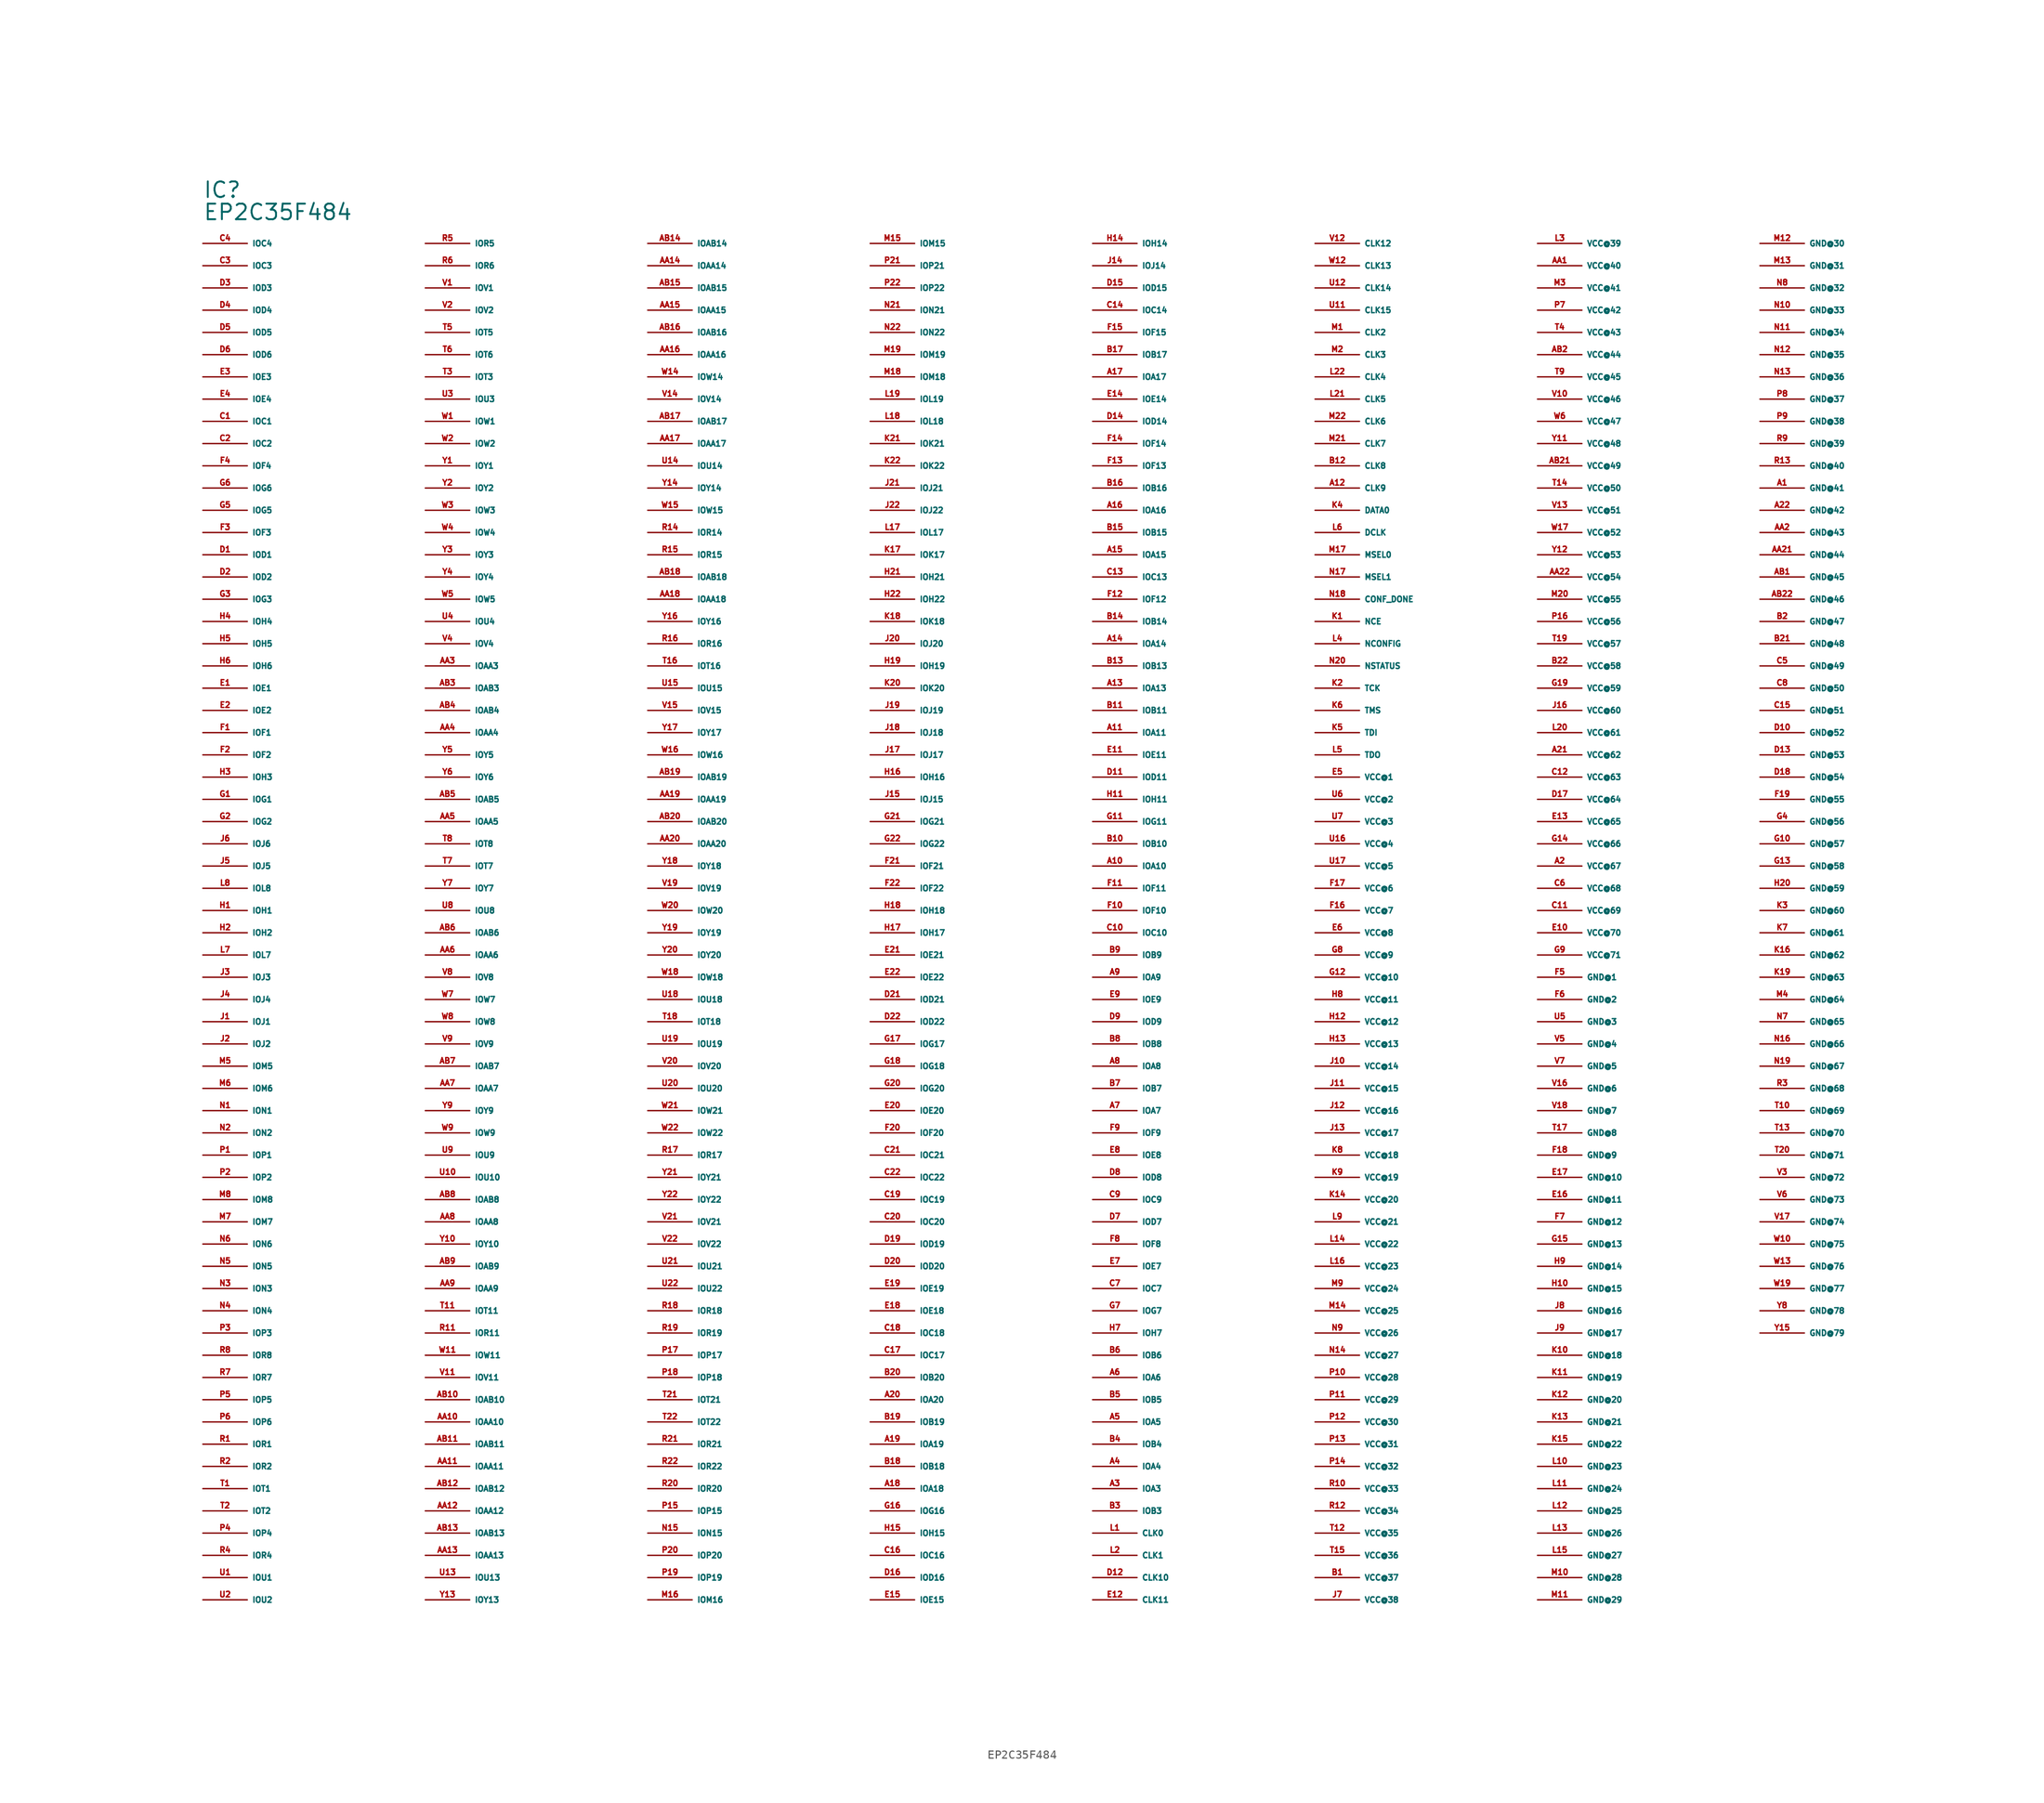
<source format=kicad_sym>
(kicad_symbol_lib
  (version 20220914)
  (generator Eagle2Kicad)
  (symbol "EP2C35F484"
    (property "Reference" "IC"
      (at -81.28 86.36 0)
      (effects (font (size 1.778 1.778) (thickness 0.22)) (justify left bottom)))
    (property "Value" "EP2C35F484"
      (at -81.28 83.82 0)
      (effects (font (size 1.778 1.778) (thickness 0.22)) (justify left bottom)))
    (pin output line
      (at -81.28 81.28 0)
      (length 5.08)
      (name "IOC4" (effects (font (size 0.635 0.635) (thickness 0.08)) (justify left bottom)))
      (number "C4" (effects (font (size 0.635 0.635) (thickness 0.08)) (justify left bottom))))
    (pin output line
      (at -81.28 78.74 0)
      (length 5.08)
      (name "IOC3" (effects (font (size 0.635 0.635) (thickness 0.08)) (justify left bottom)))
      (number "C3" (effects (font (size 0.635 0.635) (thickness 0.08)) (justify left bottom))))
    (pin bidirectional line
      (at -81.28 76.2 0)
      (length 5.08)
      (name "IOD3" (effects (font (size 0.635 0.635) (thickness 0.08)) (justify left bottom)))
      (number "D3" (effects (font (size 0.635 0.635) (thickness 0.08)) (justify left bottom))))
    (pin bidirectional line
      (at -81.28 73.66 0)
      (length 5.08)
      (name "IOD4" (effects (font (size 0.635 0.635) (thickness 0.08)) (justify left bottom)))
      (number "D4" (effects (font (size 0.635 0.635) (thickness 0.08)) (justify left bottom))))
    (pin bidirectional line
      (at -81.28 71.12 0)
      (length 5.08)
      (name "IOD5" (effects (font (size 0.635 0.635) (thickness 0.08)) (justify left bottom)))
      (number "D5" (effects (font (size 0.635 0.635) (thickness 0.08)) (justify left bottom))))
    (pin bidirectional line
      (at -81.28 68.58 0)
      (length 5.08)
      (name "IOD6" (effects (font (size 0.635 0.635) (thickness 0.08)) (justify left bottom)))
      (number "D6" (effects (font (size 0.635 0.635) (thickness 0.08)) (justify left bottom))))
    (pin bidirectional line
      (at -81.28 66.04 0)
      (length 5.08)
      (name "IOE3" (effects (font (size 0.635 0.635) (thickness 0.08)) (justify left bottom)))
      (number "E3" (effects (font (size 0.635 0.635) (thickness 0.08)) (justify left bottom))))
    (pin bidirectional line
      (at -81.28 63.5 0)
      (length 5.08)
      (name "IOE4" (effects (font (size 0.635 0.635) (thickness 0.08)) (justify left bottom)))
      (number "E4" (effects (font (size 0.635 0.635) (thickness 0.08)) (justify left bottom))))
    (pin bidirectional line
      (at -81.28 60.96 0)
      (length 5.08)
      (name "IOC1" (effects (font (size 0.635 0.635) (thickness 0.08)) (justify left bottom)))
      (number "C1" (effects (font (size 0.635 0.635) (thickness 0.08)) (justify left bottom))))
    (pin bidirectional line
      (at -81.28 58.42 0)
      (length 5.08)
      (name "IOC2" (effects (font (size 0.635 0.635) (thickness 0.08)) (justify left bottom)))
      (number "C2" (effects (font (size 0.635 0.635) (thickness 0.08)) (justify left bottom))))
    (pin bidirectional line
      (at -81.28 55.88 0)
      (length 5.08)
      (name "IOF4" (effects (font (size 0.635 0.635) (thickness 0.08)) (justify left bottom)))
      (number "F4" (effects (font (size 0.635 0.635) (thickness 0.08)) (justify left bottom))))
    (pin bidirectional line
      (at -81.28 53.34 0)
      (length 5.08)
      (name "IOG6" (effects (font (size 0.635 0.635) (thickness 0.08)) (justify left bottom)))
      (number "G6" (effects (font (size 0.635 0.635) (thickness 0.08)) (justify left bottom))))
    (pin bidirectional line
      (at -81.28 50.8 0)
      (length 5.08)
      (name "IOG5" (effects (font (size 0.635 0.635) (thickness 0.08)) (justify left bottom)))
      (number "G5" (effects (font (size 0.635 0.635) (thickness 0.08)) (justify left bottom))))
    (pin bidirectional line
      (at -81.28 48.26 0)
      (length 5.08)
      (name "IOF3" (effects (font (size 0.635 0.635) (thickness 0.08)) (justify left bottom)))
      (number "F3" (effects (font (size 0.635 0.635) (thickness 0.08)) (justify left bottom))))
    (pin bidirectional line
      (at -81.28 45.72 0)
      (length 5.08)
      (name "IOD1" (effects (font (size 0.635 0.635) (thickness 0.08)) (justify left bottom)))
      (number "D1" (effects (font (size 0.635 0.635) (thickness 0.08)) (justify left bottom))))
    (pin bidirectional line
      (at -81.28 43.18 0)
      (length 5.08)
      (name "IOD2" (effects (font (size 0.635 0.635) (thickness 0.08)) (justify left bottom)))
      (number "D2" (effects (font (size 0.635 0.635) (thickness 0.08)) (justify left bottom))))
    (pin bidirectional line
      (at -81.28 40.64 0)
      (length 5.08)
      (name "IOG3" (effects (font (size 0.635 0.635) (thickness 0.08)) (justify left bottom)))
      (number "G3" (effects (font (size 0.635 0.635) (thickness 0.08)) (justify left bottom))))
    (pin bidirectional line
      (at -81.28 38.1 0)
      (length 5.08)
      (name "IOH4" (effects (font (size 0.635 0.635) (thickness 0.08)) (justify left bottom)))
      (number "H4" (effects (font (size 0.635 0.635) (thickness 0.08)) (justify left bottom))))
    (pin bidirectional line
      (at -81.28 35.56 0)
      (length 5.08)
      (name "IOH5" (effects (font (size 0.635 0.635) (thickness 0.08)) (justify left bottom)))
      (number "H5" (effects (font (size 0.635 0.635) (thickness 0.08)) (justify left bottom))))
    (pin bidirectional line
      (at -81.28 33.02 0)
      (length 5.08)
      (name "IOH6" (effects (font (size 0.635 0.635) (thickness 0.08)) (justify left bottom)))
      (number "H6" (effects (font (size 0.635 0.635) (thickness 0.08)) (justify left bottom))))
    (pin bidirectional line
      (at -81.28 30.48 0)
      (length 5.08)
      (name "IOE1" (effects (font (size 0.635 0.635) (thickness 0.08)) (justify left bottom)))
      (number "E1" (effects (font (size 0.635 0.635) (thickness 0.08)) (justify left bottom))))
    (pin bidirectional line
      (at -81.28 27.94 0)
      (length 5.08)
      (name "IOE2" (effects (font (size 0.635 0.635) (thickness 0.08)) (justify left bottom)))
      (number "E2" (effects (font (size 0.635 0.635) (thickness 0.08)) (justify left bottom))))
    (pin bidirectional line
      (at -81.28 25.4 0)
      (length 5.08)
      (name "IOF1" (effects (font (size 0.635 0.635) (thickness 0.08)) (justify left bottom)))
      (number "F1" (effects (font (size 0.635 0.635) (thickness 0.08)) (justify left bottom))))
    (pin bidirectional line
      (at -81.28 22.86 0)
      (length 5.08)
      (name "IOF2" (effects (font (size 0.635 0.635) (thickness 0.08)) (justify left bottom)))
      (number "F2" (effects (font (size 0.635 0.635) (thickness 0.08)) (justify left bottom))))
    (pin bidirectional line
      (at -81.28 20.32 0)
      (length 5.08)
      (name "IOH3" (effects (font (size 0.635 0.635) (thickness 0.08)) (justify left bottom)))
      (number "H3" (effects (font (size 0.635 0.635) (thickness 0.08)) (justify left bottom))))
    (pin bidirectional line
      (at -81.28 17.78 0)
      (length 5.08)
      (name "IOG1" (effects (font (size 0.635 0.635) (thickness 0.08)) (justify left bottom)))
      (number "G1" (effects (font (size 0.635 0.635) (thickness 0.08)) (justify left bottom))))
    (pin bidirectional line
      (at -81.28 15.24 0)
      (length 5.08)
      (name "IOG2" (effects (font (size 0.635 0.635) (thickness 0.08)) (justify left bottom)))
      (number "G2" (effects (font (size 0.635 0.635) (thickness 0.08)) (justify left bottom))))
    (pin bidirectional line
      (at -81.28 12.7 0)
      (length 5.08)
      (name "IOJ6" (effects (font (size 0.635 0.635) (thickness 0.08)) (justify left bottom)))
      (number "J6" (effects (font (size 0.635 0.635) (thickness 0.08)) (justify left bottom))))
    (pin bidirectional line
      (at -81.28 10.16 0)
      (length 5.08)
      (name "IOJ5" (effects (font (size 0.635 0.635) (thickness 0.08)) (justify left bottom)))
      (number "J5" (effects (font (size 0.635 0.635) (thickness 0.08)) (justify left bottom))))
    (pin bidirectional line
      (at -81.28 7.62 0)
      (length 5.08)
      (name "IOL8" (effects (font (size 0.635 0.635) (thickness 0.08)) (justify left bottom)))
      (number "L8" (effects (font (size 0.635 0.635) (thickness 0.08)) (justify left bottom))))
    (pin bidirectional line
      (at -81.28 5.08 0)
      (length 5.08)
      (name "IOH1" (effects (font (size 0.635 0.635) (thickness 0.08)) (justify left bottom)))
      (number "H1" (effects (font (size 0.635 0.635) (thickness 0.08)) (justify left bottom))))
    (pin bidirectional line
      (at -81.28 2.54 0)
      (length 5.08)
      (name "IOH2" (effects (font (size 0.635 0.635) (thickness 0.08)) (justify left bottom)))
      (number "H2" (effects (font (size 0.635 0.635) (thickness 0.08)) (justify left bottom))))
    (pin bidirectional line
      (at -81.28 0 0)
      (length 5.08)
      (name "IOL7" (effects (font (size 0.635 0.635) (thickness 0.08)) (justify left bottom)))
      (number "L7" (effects (font (size 0.635 0.635) (thickness 0.08)) (justify left bottom))))
    (pin bidirectional line
      (at -81.28 -2.54 0)
      (length 5.08)
      (name "IOJ3" (effects (font (size 0.635 0.635) (thickness 0.08)) (justify left bottom)))
      (number "J3" (effects (font (size 0.635 0.635) (thickness 0.08)) (justify left bottom))))
    (pin bidirectional line
      (at -81.28 -5.08 0)
      (length 5.08)
      (name "IOJ4" (effects (font (size 0.635 0.635) (thickness 0.08)) (justify left bottom)))
      (number "J4" (effects (font (size 0.635 0.635) (thickness 0.08)) (justify left bottom))))
    (pin bidirectional line
      (at -81.28 -7.62 0)
      (length 5.08)
      (name "IOJ1" (effects (font (size 0.635 0.635) (thickness 0.08)) (justify left bottom)))
      (number "J1" (effects (font (size 0.635 0.635) (thickness 0.08)) (justify left bottom))))
    (pin bidirectional line
      (at -81.28 -10.16 0)
      (length 5.08)
      (name "IOJ2" (effects (font (size 0.635 0.635) (thickness 0.08)) (justify left bottom)))
      (number "J2" (effects (font (size 0.635 0.635) (thickness 0.08)) (justify left bottom))))
    (pin bidirectional line
      (at -81.28 -12.7 0)
      (length 5.08)
      (name "IOM5" (effects (font (size 0.635 0.635) (thickness 0.08)) (justify left bottom)))
      (number "M5" (effects (font (size 0.635 0.635) (thickness 0.08)) (justify left bottom))))
    (pin bidirectional line
      (at -81.28 -15.24 0)
      (length 5.08)
      (name "IOM6" (effects (font (size 0.635 0.635) (thickness 0.08)) (justify left bottom)))
      (number "M6" (effects (font (size 0.635 0.635) (thickness 0.08)) (justify left bottom))))
    (pin bidirectional line
      (at -81.28 -17.78 0)
      (length 5.08)
      (name "ION1" (effects (font (size 0.635 0.635) (thickness 0.08)) (justify left bottom)))
      (number "N1" (effects (font (size 0.635 0.635) (thickness 0.08)) (justify left bottom))))
    (pin bidirectional line
      (at -81.28 -20.32 0)
      (length 5.08)
      (name "ION2" (effects (font (size 0.635 0.635) (thickness 0.08)) (justify left bottom)))
      (number "N2" (effects (font (size 0.635 0.635) (thickness 0.08)) (justify left bottom))))
    (pin bidirectional line
      (at -81.28 -22.86 0)
      (length 5.08)
      (name "IOP1" (effects (font (size 0.635 0.635) (thickness 0.08)) (justify left bottom)))
      (number "P1" (effects (font (size 0.635 0.635) (thickness 0.08)) (justify left bottom))))
    (pin bidirectional line
      (at -81.28 -25.4 0)
      (length 5.08)
      (name "IOP2" (effects (font (size 0.635 0.635) (thickness 0.08)) (justify left bottom)))
      (number "P2" (effects (font (size 0.635 0.635) (thickness 0.08)) (justify left bottom))))
    (pin bidirectional line
      (at -81.28 -27.94 0)
      (length 5.08)
      (name "IOM8" (effects (font (size 0.635 0.635) (thickness 0.08)) (justify left bottom)))
      (number "M8" (effects (font (size 0.635 0.635) (thickness 0.08)) (justify left bottom))))
    (pin bidirectional line
      (at -81.28 -30.48 0)
      (length 5.08)
      (name "IOM7" (effects (font (size 0.635 0.635) (thickness 0.08)) (justify left bottom)))
      (number "M7" (effects (font (size 0.635 0.635) (thickness 0.08)) (justify left bottom))))
    (pin bidirectional line
      (at -81.28 -33.02 0)
      (length 5.08)
      (name "ION6" (effects (font (size 0.635 0.635) (thickness 0.08)) (justify left bottom)))
      (number "N6" (effects (font (size 0.635 0.635) (thickness 0.08)) (justify left bottom))))
    (pin bidirectional line
      (at -81.28 -35.56 0)
      (length 5.08)
      (name "ION5" (effects (font (size 0.635 0.635) (thickness 0.08)) (justify left bottom)))
      (number "N5" (effects (font (size 0.635 0.635) (thickness 0.08)) (justify left bottom))))
    (pin bidirectional line
      (at -81.28 -38.1 0)
      (length 5.08)
      (name "ION3" (effects (font (size 0.635 0.635) (thickness 0.08)) (justify left bottom)))
      (number "N3" (effects (font (size 0.635 0.635) (thickness 0.08)) (justify left bottom))))
    (pin bidirectional line
      (at -81.28 -40.64 0)
      (length 5.08)
      (name "ION4" (effects (font (size 0.635 0.635) (thickness 0.08)) (justify left bottom)))
      (number "N4" (effects (font (size 0.635 0.635) (thickness 0.08)) (justify left bottom))))
    (pin bidirectional line
      (at -81.28 -43.18 0)
      (length 5.08)
      (name "IOP3" (effects (font (size 0.635 0.635) (thickness 0.08)) (justify left bottom)))
      (number "P3" (effects (font (size 0.635 0.635) (thickness 0.08)) (justify left bottom))))
    (pin bidirectional line
      (at -81.28 -45.72 0)
      (length 5.08)
      (name "IOR8" (effects (font (size 0.635 0.635) (thickness 0.08)) (justify left bottom)))
      (number "R8" (effects (font (size 0.635 0.635) (thickness 0.08)) (justify left bottom))))
    (pin bidirectional line
      (at -81.28 -48.26 0)
      (length 5.08)
      (name "IOR7" (effects (font (size 0.635 0.635) (thickness 0.08)) (justify left bottom)))
      (number "R7" (effects (font (size 0.635 0.635) (thickness 0.08)) (justify left bottom))))
    (pin bidirectional line
      (at -81.28 -50.8 0)
      (length 5.08)
      (name "IOP5" (effects (font (size 0.635 0.635) (thickness 0.08)) (justify left bottom)))
      (number "P5" (effects (font (size 0.635 0.635) (thickness 0.08)) (justify left bottom))))
    (pin bidirectional line
      (at -81.28 -53.34 0)
      (length 5.08)
      (name "IOP6" (effects (font (size 0.635 0.635) (thickness 0.08)) (justify left bottom)))
      (number "P6" (effects (font (size 0.635 0.635) (thickness 0.08)) (justify left bottom))))
    (pin bidirectional line
      (at -81.28 -55.88 0)
      (length 5.08)
      (name "IOR1" (effects (font (size 0.635 0.635) (thickness 0.08)) (justify left bottom)))
      (number "R1" (effects (font (size 0.635 0.635) (thickness 0.08)) (justify left bottom))))
    (pin bidirectional line
      (at -81.28 -58.42 0)
      (length 5.08)
      (name "IOR2" (effects (font (size 0.635 0.635) (thickness 0.08)) (justify left bottom)))
      (number "R2" (effects (font (size 0.635 0.635) (thickness 0.08)) (justify left bottom))))
    (pin bidirectional line
      (at -81.28 -60.96 0)
      (length 5.08)
      (name "IOT1" (effects (font (size 0.635 0.635) (thickness 0.08)) (justify left bottom)))
      (number "T1" (effects (font (size 0.635 0.635) (thickness 0.08)) (justify left bottom))))
    (pin bidirectional line
      (at -81.28 -63.5 0)
      (length 5.08)
      (name "IOT2" (effects (font (size 0.635 0.635) (thickness 0.08)) (justify left bottom)))
      (number "T2" (effects (font (size 0.635 0.635) (thickness 0.08)) (justify left bottom))))
    (pin bidirectional line
      (at -81.28 -66.04 0)
      (length 5.08)
      (name "IOP4" (effects (font (size 0.635 0.635) (thickness 0.08)) (justify left bottom)))
      (number "P4" (effects (font (size 0.635 0.635) (thickness 0.08)) (justify left bottom))))
    (pin bidirectional line
      (at -81.28 -68.58 0)
      (length 5.08)
      (name "IOR4" (effects (font (size 0.635 0.635) (thickness 0.08)) (justify left bottom)))
      (number "R4" (effects (font (size 0.635 0.635) (thickness 0.08)) (justify left bottom))))
    (pin bidirectional line
      (at -81.28 -71.12 0)
      (length 5.08)
      (name "IOU1" (effects (font (size 0.635 0.635) (thickness 0.08)) (justify left bottom)))
      (number "U1" (effects (font (size 0.635 0.635) (thickness 0.08)) (justify left bottom))))
    (pin bidirectional line
      (at -81.28 -73.66 0)
      (length 5.08)
      (name "IOU2" (effects (font (size 0.635 0.635) (thickness 0.08)) (justify left bottom)))
      (number "U2" (effects (font (size 0.635 0.635) (thickness 0.08)) (justify left bottom))))
    (pin bidirectional line
      (at -55.88 81.28 0)
      (length 5.08)
      (name "IOR5" (effects (font (size 0.635 0.635) (thickness 0.08)) (justify left bottom)))
      (number "R5" (effects (font (size 0.635 0.635) (thickness 0.08)) (justify left bottom))))
    (pin bidirectional line
      (at -55.88 78.74 0)
      (length 5.08)
      (name "IOR6" (effects (font (size 0.635 0.635) (thickness 0.08)) (justify left bottom)))
      (number "R6" (effects (font (size 0.635 0.635) (thickness 0.08)) (justify left bottom))))
    (pin bidirectional line
      (at -55.88 76.2 0)
      (length 5.08)
      (name "IOV1" (effects (font (size 0.635 0.635) (thickness 0.08)) (justify left bottom)))
      (number "V1" (effects (font (size 0.635 0.635) (thickness 0.08)) (justify left bottom))))
    (pin bidirectional line
      (at -55.88 73.66 0)
      (length 5.08)
      (name "IOV2" (effects (font (size 0.635 0.635) (thickness 0.08)) (justify left bottom)))
      (number "V2" (effects (font (size 0.635 0.635) (thickness 0.08)) (justify left bottom))))
    (pin bidirectional line
      (at -55.88 71.12 0)
      (length 5.08)
      (name "IOT5" (effects (font (size 0.635 0.635) (thickness 0.08)) (justify left bottom)))
      (number "T5" (effects (font (size 0.635 0.635) (thickness 0.08)) (justify left bottom))))
    (pin bidirectional line
      (at -55.88 68.58 0)
      (length 5.08)
      (name "IOT6" (effects (font (size 0.635 0.635) (thickness 0.08)) (justify left bottom)))
      (number "T6" (effects (font (size 0.635 0.635) (thickness 0.08)) (justify left bottom))))
    (pin bidirectional line
      (at -55.88 66.04 0)
      (length 5.08)
      (name "IOT3" (effects (font (size 0.635 0.635) (thickness 0.08)) (justify left bottom)))
      (number "T3" (effects (font (size 0.635 0.635) (thickness 0.08)) (justify left bottom))))
    (pin bidirectional line
      (at -55.88 63.5 0)
      (length 5.08)
      (name "IOU3" (effects (font (size 0.635 0.635) (thickness 0.08)) (justify left bottom)))
      (number "U3" (effects (font (size 0.635 0.635) (thickness 0.08)) (justify left bottom))))
    (pin bidirectional line
      (at -55.88 60.96 0)
      (length 5.08)
      (name "IOW1" (effects (font (size 0.635 0.635) (thickness 0.08)) (justify left bottom)))
      (number "W1" (effects (font (size 0.635 0.635) (thickness 0.08)) (justify left bottom))))
    (pin bidirectional line
      (at -55.88 58.42 0)
      (length 5.08)
      (name "IOW2" (effects (font (size 0.635 0.635) (thickness 0.08)) (justify left bottom)))
      (number "W2" (effects (font (size 0.635 0.635) (thickness 0.08)) (justify left bottom))))
    (pin bidirectional line
      (at -55.88 55.88 0)
      (length 5.08)
      (name "IOY1" (effects (font (size 0.635 0.635) (thickness 0.08)) (justify left bottom)))
      (number "Y1" (effects (font (size 0.635 0.635) (thickness 0.08)) (justify left bottom))))
    (pin bidirectional line
      (at -55.88 53.34 0)
      (length 5.08)
      (name "IOY2" (effects (font (size 0.635 0.635) (thickness 0.08)) (justify left bottom)))
      (number "Y2" (effects (font (size 0.635 0.635) (thickness 0.08)) (justify left bottom))))
    (pin bidirectional line
      (at -55.88 50.8 0)
      (length 5.08)
      (name "IOW3" (effects (font (size 0.635 0.635) (thickness 0.08)) (justify left bottom)))
      (number "W3" (effects (font (size 0.635 0.635) (thickness 0.08)) (justify left bottom))))
    (pin bidirectional line
      (at -55.88 48.26 0)
      (length 5.08)
      (name "IOW4" (effects (font (size 0.635 0.635) (thickness 0.08)) (justify left bottom)))
      (number "W4" (effects (font (size 0.635 0.635) (thickness 0.08)) (justify left bottom))))
    (pin bidirectional line
      (at -55.88 45.72 0)
      (length 5.08)
      (name "IOY3" (effects (font (size 0.635 0.635) (thickness 0.08)) (justify left bottom)))
      (number "Y3" (effects (font (size 0.635 0.635) (thickness 0.08)) (justify left bottom))))
    (pin bidirectional line
      (at -55.88 43.18 0)
      (length 5.08)
      (name "IOY4" (effects (font (size 0.635 0.635) (thickness 0.08)) (justify left bottom)))
      (number "Y4" (effects (font (size 0.635 0.635) (thickness 0.08)) (justify left bottom))))
    (pin bidirectional line
      (at -55.88 40.64 0)
      (length 5.08)
      (name "IOW5" (effects (font (size 0.635 0.635) (thickness 0.08)) (justify left bottom)))
      (number "W5" (effects (font (size 0.635 0.635) (thickness 0.08)) (justify left bottom))))
    (pin bidirectional line
      (at -55.88 38.1 0)
      (length 5.08)
      (name "IOU4" (effects (font (size 0.635 0.635) (thickness 0.08)) (justify left bottom)))
      (number "U4" (effects (font (size 0.635 0.635) (thickness 0.08)) (justify left bottom))))
    (pin bidirectional line
      (at -55.88 35.56 0)
      (length 5.08)
      (name "IOV4" (effects (font (size 0.635 0.635) (thickness 0.08)) (justify left bottom)))
      (number "V4" (effects (font (size 0.635 0.635) (thickness 0.08)) (justify left bottom))))
    (pin bidirectional line
      (at -55.88 33.02 0)
      (length 5.08)
      (name "IOAA3" (effects (font (size 0.635 0.635) (thickness 0.08)) (justify left bottom)))
      (number "AA3" (effects (font (size 0.635 0.635) (thickness 0.08)) (justify left bottom))))
    (pin bidirectional line
      (at -55.88 30.48 0)
      (length 5.08)
      (name "IOAB3" (effects (font (size 0.635 0.635) (thickness 0.08)) (justify left bottom)))
      (number "AB3" (effects (font (size 0.635 0.635) (thickness 0.08)) (justify left bottom))))
    (pin bidirectional line
      (at -55.88 27.94 0)
      (length 5.08)
      (name "IOAB4" (effects (font (size 0.635 0.635) (thickness 0.08)) (justify left bottom)))
      (number "AB4" (effects (font (size 0.635 0.635) (thickness 0.08)) (justify left bottom))))
    (pin bidirectional line
      (at -55.88 25.4 0)
      (length 5.08)
      (name "IOAA4" (effects (font (size 0.635 0.635) (thickness 0.08)) (justify left bottom)))
      (number "AA4" (effects (font (size 0.635 0.635) (thickness 0.08)) (justify left bottom))))
    (pin bidirectional line
      (at -55.88 22.86 0)
      (length 5.08)
      (name "IOY5" (effects (font (size 0.635 0.635) (thickness 0.08)) (justify left bottom)))
      (number "Y5" (effects (font (size 0.635 0.635) (thickness 0.08)) (justify left bottom))))
    (pin bidirectional line
      (at -55.88 20.32 0)
      (length 5.08)
      (name "IOY6" (effects (font (size 0.635 0.635) (thickness 0.08)) (justify left bottom)))
      (number "Y6" (effects (font (size 0.635 0.635) (thickness 0.08)) (justify left bottom))))
    (pin bidirectional line
      (at -55.88 17.78 0)
      (length 5.08)
      (name "IOAB5" (effects (font (size 0.635 0.635) (thickness 0.08)) (justify left bottom)))
      (number "AB5" (effects (font (size 0.635 0.635) (thickness 0.08)) (justify left bottom))))
    (pin bidirectional line
      (at -55.88 15.24 0)
      (length 5.08)
      (name "IOAA5" (effects (font (size 0.635 0.635) (thickness 0.08)) (justify left bottom)))
      (number "AA5" (effects (font (size 0.635 0.635) (thickness 0.08)) (justify left bottom))))
    (pin bidirectional line
      (at -55.88 12.7 0)
      (length 5.08)
      (name "IOT8" (effects (font (size 0.635 0.635) (thickness 0.08)) (justify left bottom)))
      (number "T8" (effects (font (size 0.635 0.635) (thickness 0.08)) (justify left bottom))))
    (pin bidirectional line
      (at -55.88 10.16 0)
      (length 5.08)
      (name "IOT7" (effects (font (size 0.635 0.635) (thickness 0.08)) (justify left bottom)))
      (number "T7" (effects (font (size 0.635 0.635) (thickness 0.08)) (justify left bottom))))
    (pin bidirectional line
      (at -55.88 7.62 0)
      (length 5.08)
      (name "IOY7" (effects (font (size 0.635 0.635) (thickness 0.08)) (justify left bottom)))
      (number "Y7" (effects (font (size 0.635 0.635) (thickness 0.08)) (justify left bottom))))
    (pin bidirectional line
      (at -55.88 5.08 0)
      (length 5.08)
      (name "IOU8" (effects (font (size 0.635 0.635) (thickness 0.08)) (justify left bottom)))
      (number "U8" (effects (font (size 0.635 0.635) (thickness 0.08)) (justify left bottom))))
    (pin bidirectional line
      (at -55.88 2.54 0)
      (length 5.08)
      (name "IOAB6" (effects (font (size 0.635 0.635) (thickness 0.08)) (justify left bottom)))
      (number "AB6" (effects (font (size 0.635 0.635) (thickness 0.08)) (justify left bottom))))
    (pin bidirectional line
      (at -55.88 0 0)
      (length 5.08)
      (name "IOAA6" (effects (font (size 0.635 0.635) (thickness 0.08)) (justify left bottom)))
      (number "AA6" (effects (font (size 0.635 0.635) (thickness 0.08)) (justify left bottom))))
    (pin bidirectional line
      (at -55.88 -2.54 0)
      (length 5.08)
      (name "IOV8" (effects (font (size 0.635 0.635) (thickness 0.08)) (justify left bottom)))
      (number "V8" (effects (font (size 0.635 0.635) (thickness 0.08)) (justify left bottom))))
    (pin bidirectional line
      (at -55.88 -5.08 0)
      (length 5.08)
      (name "IOW7" (effects (font (size 0.635 0.635) (thickness 0.08)) (justify left bottom)))
      (number "W7" (effects (font (size 0.635 0.635) (thickness 0.08)) (justify left bottom))))
    (pin bidirectional line
      (at -55.88 -7.62 0)
      (length 5.08)
      (name "IOW8" (effects (font (size 0.635 0.635) (thickness 0.08)) (justify left bottom)))
      (number "W8" (effects (font (size 0.635 0.635) (thickness 0.08)) (justify left bottom))))
    (pin bidirectional line
      (at -55.88 -10.16 0)
      (length 5.08)
      (name "IOV9" (effects (font (size 0.635 0.635) (thickness 0.08)) (justify left bottom)))
      (number "V9" (effects (font (size 0.635 0.635) (thickness 0.08)) (justify left bottom))))
    (pin bidirectional line
      (at -55.88 -12.7 0)
      (length 5.08)
      (name "IOAB7" (effects (font (size 0.635 0.635) (thickness 0.08)) (justify left bottom)))
      (number "AB7" (effects (font (size 0.635 0.635) (thickness 0.08)) (justify left bottom))))
    (pin bidirectional line
      (at -55.88 -15.24 0)
      (length 5.08)
      (name "IOAA7" (effects (font (size 0.635 0.635) (thickness 0.08)) (justify left bottom)))
      (number "AA7" (effects (font (size 0.635 0.635) (thickness 0.08)) (justify left bottom))))
    (pin bidirectional line
      (at -55.88 -17.78 0)
      (length 5.08)
      (name "IOY9" (effects (font (size 0.635 0.635) (thickness 0.08)) (justify left bottom)))
      (number "Y9" (effects (font (size 0.635 0.635) (thickness 0.08)) (justify left bottom))))
    (pin bidirectional line
      (at -55.88 -20.32 0)
      (length 5.08)
      (name "IOW9" (effects (font (size 0.635 0.635) (thickness 0.08)) (justify left bottom)))
      (number "W9" (effects (font (size 0.635 0.635) (thickness 0.08)) (justify left bottom))))
    (pin bidirectional line
      (at -55.88 -22.86 0)
      (length 5.08)
      (name "IOU9" (effects (font (size 0.635 0.635) (thickness 0.08)) (justify left bottom)))
      (number "U9" (effects (font (size 0.635 0.635) (thickness 0.08)) (justify left bottom))))
    (pin bidirectional line
      (at -55.88 -25.4 0)
      (length 5.08)
      (name "IOU10" (effects (font (size 0.635 0.635) (thickness 0.08)) (justify left bottom)))
      (number "U10" (effects (font (size 0.635 0.635) (thickness 0.08)) (justify left bottom))))
    (pin bidirectional line
      (at -55.88 -27.94 0)
      (length 5.08)
      (name "IOAB8" (effects (font (size 0.635 0.635) (thickness 0.08)) (justify left bottom)))
      (number "AB8" (effects (font (size 0.635 0.635) (thickness 0.08)) (justify left bottom))))
    (pin bidirectional line
      (at -55.88 -30.48 0)
      (length 5.08)
      (name "IOAA8" (effects (font (size 0.635 0.635) (thickness 0.08)) (justify left bottom)))
      (number "AA8" (effects (font (size 0.635 0.635) (thickness 0.08)) (justify left bottom))))
    (pin bidirectional line
      (at -55.88 -33.02 0)
      (length 5.08)
      (name "IOY10" (effects (font (size 0.635 0.635) (thickness 0.08)) (justify left bottom)))
      (number "Y10" (effects (font (size 0.635 0.635) (thickness 0.08)) (justify left bottom))))
    (pin bidirectional line
      (at -55.88 -35.56 0)
      (length 5.08)
      (name "IOAB9" (effects (font (size 0.635 0.635) (thickness 0.08)) (justify left bottom)))
      (number "AB9" (effects (font (size 0.635 0.635) (thickness 0.08)) (justify left bottom))))
    (pin bidirectional line
      (at -55.88 -38.1 0)
      (length 5.08)
      (name "IOAA9" (effects (font (size 0.635 0.635) (thickness 0.08)) (justify left bottom)))
      (number "AA9" (effects (font (size 0.635 0.635) (thickness 0.08)) (justify left bottom))))
    (pin bidirectional line
      (at -55.88 -40.64 0)
      (length 5.08)
      (name "IOT11" (effects (font (size 0.635 0.635) (thickness 0.08)) (justify left bottom)))
      (number "T11" (effects (font (size 0.635 0.635) (thickness 0.08)) (justify left bottom))))
    (pin bidirectional line
      (at -55.88 -43.18 0)
      (length 5.08)
      (name "IOR11" (effects (font (size 0.635 0.635) (thickness 0.08)) (justify left bottom)))
      (number "R11" (effects (font (size 0.635 0.635) (thickness 0.08)) (justify left bottom))))
    (pin bidirectional line
      (at -55.88 -45.72 0)
      (length 5.08)
      (name "IOW11" (effects (font (size 0.635 0.635) (thickness 0.08)) (justify left bottom)))
      (number "W11" (effects (font (size 0.635 0.635) (thickness 0.08)) (justify left bottom))))
    (pin bidirectional line
      (at -55.88 -48.26 0)
      (length 5.08)
      (name "IOV11" (effects (font (size 0.635 0.635) (thickness 0.08)) (justify left bottom)))
      (number "V11" (effects (font (size 0.635 0.635) (thickness 0.08)) (justify left bottom))))
    (pin bidirectional line
      (at -55.88 -50.8 0)
      (length 5.08)
      (name "IOAB10" (effects (font (size 0.635 0.635) (thickness 0.08)) (justify left bottom)))
      (number "AB10" (effects (font (size 0.635 0.635) (thickness 0.08)) (justify left bottom))))
    (pin bidirectional line
      (at -55.88 -53.34 0)
      (length 5.08)
      (name "IOAA10" (effects (font (size 0.635 0.635) (thickness 0.08)) (justify left bottom)))
      (number "AA10" (effects (font (size 0.635 0.635) (thickness 0.08)) (justify left bottom))))
    (pin bidirectional line
      (at -55.88 -55.88 0)
      (length 5.08)
      (name "IOAB11" (effects (font (size 0.635 0.635) (thickness 0.08)) (justify left bottom)))
      (number "AB11" (effects (font (size 0.635 0.635) (thickness 0.08)) (justify left bottom))))
    (pin bidirectional line
      (at -55.88 -58.42 0)
      (length 5.08)
      (name "IOAA11" (effects (font (size 0.635 0.635) (thickness 0.08)) (justify left bottom)))
      (number "AA11" (effects (font (size 0.635 0.635) (thickness 0.08)) (justify left bottom))))
    (pin bidirectional line
      (at -55.88 -60.96 0)
      (length 5.08)
      (name "IOAB12" (effects (font (size 0.635 0.635) (thickness 0.08)) (justify left bottom)))
      (number "AB12" (effects (font (size 0.635 0.635) (thickness 0.08)) (justify left bottom))))
    (pin bidirectional line
      (at -55.88 -63.5 0)
      (length 5.08)
      (name "IOAA12" (effects (font (size 0.635 0.635) (thickness 0.08)) (justify left bottom)))
      (number "AA12" (effects (font (size 0.635 0.635) (thickness 0.08)) (justify left bottom))))
    (pin bidirectional line
      (at -55.88 -66.04 0)
      (length 5.08)
      (name "IOAB13" (effects (font (size 0.635 0.635) (thickness 0.08)) (justify left bottom)))
      (number "AB13" (effects (font (size 0.635 0.635) (thickness 0.08)) (justify left bottom))))
    (pin bidirectional line
      (at -55.88 -68.58 0)
      (length 5.08)
      (name "IOAA13" (effects (font (size 0.635 0.635) (thickness 0.08)) (justify left bottom)))
      (number "AA13" (effects (font (size 0.635 0.635) (thickness 0.08)) (justify left bottom))))
    (pin bidirectional line
      (at -55.88 -71.12 0)
      (length 5.08)
      (name "IOU13" (effects (font (size 0.635 0.635) (thickness 0.08)) (justify left bottom)))
      (number "U13" (effects (font (size 0.635 0.635) (thickness 0.08)) (justify left bottom))))
    (pin bidirectional line
      (at -55.88 -73.66 0)
      (length 5.08)
      (name "IOY13" (effects (font (size 0.635 0.635) (thickness 0.08)) (justify left bottom)))
      (number "Y13" (effects (font (size 0.635 0.635) (thickness 0.08)) (justify left bottom))))
    (pin bidirectional line
      (at -30.48 81.28 0)
      (length 5.08)
      (name "IOAB14" (effects (font (size 0.635 0.635) (thickness 0.08)) (justify left bottom)))
      (number "AB14" (effects (font (size 0.635 0.635) (thickness 0.08)) (justify left bottom))))
    (pin bidirectional line
      (at -30.48 78.74 0)
      (length 5.08)
      (name "IOAA14" (effects (font (size 0.635 0.635) (thickness 0.08)) (justify left bottom)))
      (number "AA14" (effects (font (size 0.635 0.635) (thickness 0.08)) (justify left bottom))))
    (pin bidirectional line
      (at -30.48 76.2 0)
      (length 5.08)
      (name "IOAB15" (effects (font (size 0.635 0.635) (thickness 0.08)) (justify left bottom)))
      (number "AB15" (effects (font (size 0.635 0.635) (thickness 0.08)) (justify left bottom))))
    (pin bidirectional line
      (at -30.48 73.66 0)
      (length 5.08)
      (name "IOAA15" (effects (font (size 0.635 0.635) (thickness 0.08)) (justify left bottom)))
      (number "AA15" (effects (font (size 0.635 0.635) (thickness 0.08)) (justify left bottom))))
    (pin bidirectional line
      (at -30.48 71.12 0)
      (length 5.08)
      (name "IOAB16" (effects (font (size 0.635 0.635) (thickness 0.08)) (justify left bottom)))
      (number "AB16" (effects (font (size 0.635 0.635) (thickness 0.08)) (justify left bottom))))
    (pin bidirectional line
      (at -30.48 68.58 0)
      (length 5.08)
      (name "IOAA16" (effects (font (size 0.635 0.635) (thickness 0.08)) (justify left bottom)))
      (number "AA16" (effects (font (size 0.635 0.635) (thickness 0.08)) (justify left bottom))))
    (pin bidirectional line
      (at -30.48 66.04 0)
      (length 5.08)
      (name "IOW14" (effects (font (size 0.635 0.635) (thickness 0.08)) (justify left bottom)))
      (number "W14" (effects (font (size 0.635 0.635) (thickness 0.08)) (justify left bottom))))
    (pin bidirectional line
      (at -30.48 63.5 0)
      (length 5.08)
      (name "IOV14" (effects (font (size 0.635 0.635) (thickness 0.08)) (justify left bottom)))
      (number "V14" (effects (font (size 0.635 0.635) (thickness 0.08)) (justify left bottom))))
    (pin bidirectional line
      (at -30.48 60.96 0)
      (length 5.08)
      (name "IOAB17" (effects (font (size 0.635 0.635) (thickness 0.08)) (justify left bottom)))
      (number "AB17" (effects (font (size 0.635 0.635) (thickness 0.08)) (justify left bottom))))
    (pin bidirectional line
      (at -30.48 58.42 0)
      (length 5.08)
      (name "IOAA17" (effects (font (size 0.635 0.635) (thickness 0.08)) (justify left bottom)))
      (number "AA17" (effects (font (size 0.635 0.635) (thickness 0.08)) (justify left bottom))))
    (pin bidirectional line
      (at -30.48 55.88 0)
      (length 5.08)
      (name "IOU14" (effects (font (size 0.635 0.635) (thickness 0.08)) (justify left bottom)))
      (number "U14" (effects (font (size 0.635 0.635) (thickness 0.08)) (justify left bottom))))
    (pin bidirectional line
      (at -30.48 53.34 0)
      (length 5.08)
      (name "IOY14" (effects (font (size 0.635 0.635) (thickness 0.08)) (justify left bottom)))
      (number "Y14" (effects (font (size 0.635 0.635) (thickness 0.08)) (justify left bottom))))
    (pin bidirectional line
      (at -30.48 50.8 0)
      (length 5.08)
      (name "IOW15" (effects (font (size 0.635 0.635) (thickness 0.08)) (justify left bottom)))
      (number "W15" (effects (font (size 0.635 0.635) (thickness 0.08)) (justify left bottom))))
    (pin bidirectional line
      (at -30.48 48.26 0)
      (length 5.08)
      (name "IOR14" (effects (font (size 0.635 0.635) (thickness 0.08)) (justify left bottom)))
      (number "R14" (effects (font (size 0.635 0.635) (thickness 0.08)) (justify left bottom))))
    (pin bidirectional line
      (at -30.48 45.72 0)
      (length 5.08)
      (name "IOR15" (effects (font (size 0.635 0.635) (thickness 0.08)) (justify left bottom)))
      (number "R15" (effects (font (size 0.635 0.635) (thickness 0.08)) (justify left bottom))))
    (pin bidirectional line
      (at -30.48 43.18 0)
      (length 5.08)
      (name "IOAB18" (effects (font (size 0.635 0.635) (thickness 0.08)) (justify left bottom)))
      (number "AB18" (effects (font (size 0.635 0.635) (thickness 0.08)) (justify left bottom))))
    (pin bidirectional line
      (at -30.48 40.64 0)
      (length 5.08)
      (name "IOAA18" (effects (font (size 0.635 0.635) (thickness 0.08)) (justify left bottom)))
      (number "AA18" (effects (font (size 0.635 0.635) (thickness 0.08)) (justify left bottom))))
    (pin bidirectional line
      (at -30.48 38.1 0)
      (length 5.08)
      (name "IOY16" (effects (font (size 0.635 0.635) (thickness 0.08)) (justify left bottom)))
      (number "Y16" (effects (font (size 0.635 0.635) (thickness 0.08)) (justify left bottom))))
    (pin bidirectional line
      (at -30.48 35.56 0)
      (length 5.08)
      (name "IOR16" (effects (font (size 0.635 0.635) (thickness 0.08)) (justify left bottom)))
      (number "R16" (effects (font (size 0.635 0.635) (thickness 0.08)) (justify left bottom))))
    (pin bidirectional line
      (at -30.48 33.02 0)
      (length 5.08)
      (name "IOT16" (effects (font (size 0.635 0.635) (thickness 0.08)) (justify left bottom)))
      (number "T16" (effects (font (size 0.635 0.635) (thickness 0.08)) (justify left bottom))))
    (pin bidirectional line
      (at -30.48 30.48 0)
      (length 5.08)
      (name "IOU15" (effects (font (size 0.635 0.635) (thickness 0.08)) (justify left bottom)))
      (number "U15" (effects (font (size 0.635 0.635) (thickness 0.08)) (justify left bottom))))
    (pin bidirectional line
      (at -30.48 27.94 0)
      (length 5.08)
      (name "IOV15" (effects (font (size 0.635 0.635) (thickness 0.08)) (justify left bottom)))
      (number "V15" (effects (font (size 0.635 0.635) (thickness 0.08)) (justify left bottom))))
    (pin bidirectional line
      (at -30.48 25.4 0)
      (length 5.08)
      (name "IOY17" (effects (font (size 0.635 0.635) (thickness 0.08)) (justify left bottom)))
      (number "Y17" (effects (font (size 0.635 0.635) (thickness 0.08)) (justify left bottom))))
    (pin bidirectional line
      (at -30.48 22.86 0)
      (length 5.08)
      (name "IOW16" (effects (font (size 0.635 0.635) (thickness 0.08)) (justify left bottom)))
      (number "W16" (effects (font (size 0.635 0.635) (thickness 0.08)) (justify left bottom))))
    (pin bidirectional line
      (at -30.48 20.32 0)
      (length 5.08)
      (name "IOAB19" (effects (font (size 0.635 0.635) (thickness 0.08)) (justify left bottom)))
      (number "AB19" (effects (font (size 0.635 0.635) (thickness 0.08)) (justify left bottom))))
    (pin bidirectional line
      (at -30.48 17.78 0)
      (length 5.08)
      (name "IOAA19" (effects (font (size 0.635 0.635) (thickness 0.08)) (justify left bottom)))
      (number "AA19" (effects (font (size 0.635 0.635) (thickness 0.08)) (justify left bottom))))
    (pin bidirectional line
      (at -30.48 15.24 0)
      (length 5.08)
      (name "IOAB20" (effects (font (size 0.635 0.635) (thickness 0.08)) (justify left bottom)))
      (number "AB20" (effects (font (size 0.635 0.635) (thickness 0.08)) (justify left bottom))))
    (pin bidirectional line
      (at -30.48 12.7 0)
      (length 5.08)
      (name "IOAA20" (effects (font (size 0.635 0.635) (thickness 0.08)) (justify left bottom)))
      (number "AA20" (effects (font (size 0.635 0.635) (thickness 0.08)) (justify left bottom))))
    (pin bidirectional line
      (at -30.48 10.16 0)
      (length 5.08)
      (name "IOY18" (effects (font (size 0.635 0.635) (thickness 0.08)) (justify left bottom)))
      (number "Y18" (effects (font (size 0.635 0.635) (thickness 0.08)) (justify left bottom))))
    (pin bidirectional line
      (at -30.48 7.62 0)
      (length 5.08)
      (name "IOV19" (effects (font (size 0.635 0.635) (thickness 0.08)) (justify left bottom)))
      (number "V19" (effects (font (size 0.635 0.635) (thickness 0.08)) (justify left bottom))))
    (pin bidirectional line
      (at -30.48 5.08 0)
      (length 5.08)
      (name "IOW20" (effects (font (size 0.635 0.635) (thickness 0.08)) (justify left bottom)))
      (number "W20" (effects (font (size 0.635 0.635) (thickness 0.08)) (justify left bottom))))
    (pin bidirectional line
      (at -30.48 2.54 0)
      (length 5.08)
      (name "IOY19" (effects (font (size 0.635 0.635) (thickness 0.08)) (justify left bottom)))
      (number "Y19" (effects (font (size 0.635 0.635) (thickness 0.08)) (justify left bottom))))
    (pin bidirectional line
      (at -30.48 0 0)
      (length 5.08)
      (name "IOY20" (effects (font (size 0.635 0.635) (thickness 0.08)) (justify left bottom)))
      (number "Y20" (effects (font (size 0.635 0.635) (thickness 0.08)) (justify left bottom))))
    (pin bidirectional line
      (at -30.48 -2.54 0)
      (length 5.08)
      (name "IOW18" (effects (font (size 0.635 0.635) (thickness 0.08)) (justify left bottom)))
      (number "W18" (effects (font (size 0.635 0.635) (thickness 0.08)) (justify left bottom))))
    (pin bidirectional line
      (at -30.48 -5.08 0)
      (length 5.08)
      (name "IOU18" (effects (font (size 0.635 0.635) (thickness 0.08)) (justify left bottom)))
      (number "U18" (effects (font (size 0.635 0.635) (thickness 0.08)) (justify left bottom))))
    (pin bidirectional line
      (at -30.48 -7.62 0)
      (length 5.08)
      (name "IOT18" (effects (font (size 0.635 0.635) (thickness 0.08)) (justify left bottom)))
      (number "T18" (effects (font (size 0.635 0.635) (thickness 0.08)) (justify left bottom))))
    (pin bidirectional line
      (at -30.48 -10.16 0)
      (length 5.08)
      (name "IOU19" (effects (font (size 0.635 0.635) (thickness 0.08)) (justify left bottom)))
      (number "U19" (effects (font (size 0.635 0.635) (thickness 0.08)) (justify left bottom))))
    (pin bidirectional line
      (at -30.48 -12.7 0)
      (length 5.08)
      (name "IOV20" (effects (font (size 0.635 0.635) (thickness 0.08)) (justify left bottom)))
      (number "V20" (effects (font (size 0.635 0.635) (thickness 0.08)) (justify left bottom))))
    (pin bidirectional line
      (at -30.48 -15.24 0)
      (length 5.08)
      (name "IOU20" (effects (font (size 0.635 0.635) (thickness 0.08)) (justify left bottom)))
      (number "U20" (effects (font (size 0.635 0.635) (thickness 0.08)) (justify left bottom))))
    (pin bidirectional line
      (at -30.48 -17.78 0)
      (length 5.08)
      (name "IOW21" (effects (font (size 0.635 0.635) (thickness 0.08)) (justify left bottom)))
      (number "W21" (effects (font (size 0.635 0.635) (thickness 0.08)) (justify left bottom))))
    (pin bidirectional line
      (at -30.48 -20.32 0)
      (length 5.08)
      (name "IOW22" (effects (font (size 0.635 0.635) (thickness 0.08)) (justify left bottom)))
      (number "W22" (effects (font (size 0.635 0.635) (thickness 0.08)) (justify left bottom))))
    (pin bidirectional line
      (at -30.48 -22.86 0)
      (length 5.08)
      (name "IOR17" (effects (font (size 0.635 0.635) (thickness 0.08)) (justify left bottom)))
      (number "R17" (effects (font (size 0.635 0.635) (thickness 0.08)) (justify left bottom))))
    (pin bidirectional line
      (at -30.48 -25.4 0)
      (length 5.08)
      (name "IOY21" (effects (font (size 0.635 0.635) (thickness 0.08)) (justify left bottom)))
      (number "Y21" (effects (font (size 0.635 0.635) (thickness 0.08)) (justify left bottom))))
    (pin bidirectional line
      (at -30.48 -27.94 0)
      (length 5.08)
      (name "IOY22" (effects (font (size 0.635 0.635) (thickness 0.08)) (justify left bottom)))
      (number "Y22" (effects (font (size 0.635 0.635) (thickness 0.08)) (justify left bottom))))
    (pin bidirectional line
      (at -30.48 -30.48 0)
      (length 5.08)
      (name "IOV21" (effects (font (size 0.635 0.635) (thickness 0.08)) (justify left bottom)))
      (number "V21" (effects (font (size 0.635 0.635) (thickness 0.08)) (justify left bottom))))
    (pin bidirectional line
      (at -30.48 -33.02 0)
      (length 5.08)
      (name "IOV22" (effects (font (size 0.635 0.635) (thickness 0.08)) (justify left bottom)))
      (number "V22" (effects (font (size 0.635 0.635) (thickness 0.08)) (justify left bottom))))
    (pin bidirectional line
      (at -30.48 -35.56 0)
      (length 5.08)
      (name "IOU21" (effects (font (size 0.635 0.635) (thickness 0.08)) (justify left bottom)))
      (number "U21" (effects (font (size 0.635 0.635) (thickness 0.08)) (justify left bottom))))
    (pin bidirectional line
      (at -30.48 -38.1 0)
      (length 5.08)
      (name "IOU22" (effects (font (size 0.635 0.635) (thickness 0.08)) (justify left bottom)))
      (number "U22" (effects (font (size 0.635 0.635) (thickness 0.08)) (justify left bottom))))
    (pin bidirectional line
      (at -30.48 -40.64 0)
      (length 5.08)
      (name "IOR18" (effects (font (size 0.635 0.635) (thickness 0.08)) (justify left bottom)))
      (number "R18" (effects (font (size 0.635 0.635) (thickness 0.08)) (justify left bottom))))
    (pin bidirectional line
      (at -30.48 -43.18 0)
      (length 5.08)
      (name "IOR19" (effects (font (size 0.635 0.635) (thickness 0.08)) (justify left bottom)))
      (number "R19" (effects (font (size 0.635 0.635) (thickness 0.08)) (justify left bottom))))
    (pin bidirectional line
      (at -30.48 -45.72 0)
      (length 5.08)
      (name "IOP17" (effects (font (size 0.635 0.635) (thickness 0.08)) (justify left bottom)))
      (number "P17" (effects (font (size 0.635 0.635) (thickness 0.08)) (justify left bottom))))
    (pin bidirectional line
      (at -30.48 -48.26 0)
      (length 5.08)
      (name "IOP18" (effects (font (size 0.635 0.635) (thickness 0.08)) (justify left bottom)))
      (number "P18" (effects (font (size 0.635 0.635) (thickness 0.08)) (justify left bottom))))
    (pin bidirectional line
      (at -30.48 -50.8 0)
      (length 5.08)
      (name "IOT21" (effects (font (size 0.635 0.635) (thickness 0.08)) (justify left bottom)))
      (number "T21" (effects (font (size 0.635 0.635) (thickness 0.08)) (justify left bottom))))
    (pin bidirectional line
      (at -30.48 -53.34 0)
      (length 5.08)
      (name "IOT22" (effects (font (size 0.635 0.635) (thickness 0.08)) (justify left bottom)))
      (number "T22" (effects (font (size 0.635 0.635) (thickness 0.08)) (justify left bottom))))
    (pin bidirectional line
      (at -30.48 -55.88 0)
      (length 5.08)
      (name "IOR21" (effects (font (size 0.635 0.635) (thickness 0.08)) (justify left bottom)))
      (number "R21" (effects (font (size 0.635 0.635) (thickness 0.08)) (justify left bottom))))
    (pin bidirectional line
      (at -30.48 -58.42 0)
      (length 5.08)
      (name "IOR22" (effects (font (size 0.635 0.635) (thickness 0.08)) (justify left bottom)))
      (number "R22" (effects (font (size 0.635 0.635) (thickness 0.08)) (justify left bottom))))
    (pin bidirectional line
      (at -30.48 -60.96 0)
      (length 5.08)
      (name "IOR20" (effects (font (size 0.635 0.635) (thickness 0.08)) (justify left bottom)))
      (number "R20" (effects (font (size 0.635 0.635) (thickness 0.08)) (justify left bottom))))
    (pin bidirectional line
      (at -30.48 -63.5 0)
      (length 5.08)
      (name "IOP15" (effects (font (size 0.635 0.635) (thickness 0.08)) (justify left bottom)))
      (number "P15" (effects (font (size 0.635 0.635) (thickness 0.08)) (justify left bottom))))
    (pin bidirectional line
      (at -30.48 -66.04 0)
      (length 5.08)
      (name "ION15" (effects (font (size 0.635 0.635) (thickness 0.08)) (justify left bottom)))
      (number "N15" (effects (font (size 0.635 0.635) (thickness 0.08)) (justify left bottom))))
    (pin bidirectional line
      (at -30.48 -68.58 0)
      (length 5.08)
      (name "IOP20" (effects (font (size 0.635 0.635) (thickness 0.08)) (justify left bottom)))
      (number "P20" (effects (font (size 0.635 0.635) (thickness 0.08)) (justify left bottom))))
    (pin bidirectional line
      (at -30.48 -71.12 0)
      (length 5.08)
      (name "IOP19" (effects (font (size 0.635 0.635) (thickness 0.08)) (justify left bottom)))
      (number "P19" (effects (font (size 0.635 0.635) (thickness 0.08)) (justify left bottom))))
    (pin bidirectional line
      (at -30.48 -73.66 0)
      (length 5.08)
      (name "IOM16" (effects (font (size 0.635 0.635) (thickness 0.08)) (justify left bottom)))
      (number "M16" (effects (font (size 0.635 0.635) (thickness 0.08)) (justify left bottom))))
    (pin bidirectional line
      (at -5.08 81.28 0)
      (length 5.08)
      (name "IOM15" (effects (font (size 0.635 0.635) (thickness 0.08)) (justify left bottom)))
      (number "M15" (effects (font (size 0.635 0.635) (thickness 0.08)) (justify left bottom))))
    (pin bidirectional line
      (at -5.08 78.74 0)
      (length 5.08)
      (name "IOP21" (effects (font (size 0.635 0.635) (thickness 0.08)) (justify left bottom)))
      (number "P21" (effects (font (size 0.635 0.635) (thickness 0.08)) (justify left bottom))))
    (pin bidirectional line
      (at -5.08 76.2 0)
      (length 5.08)
      (name "IOP22" (effects (font (size 0.635 0.635) (thickness 0.08)) (justify left bottom)))
      (number "P22" (effects (font (size 0.635 0.635) (thickness 0.08)) (justify left bottom))))
    (pin bidirectional line
      (at -5.08 73.66 0)
      (length 5.08)
      (name "ION21" (effects (font (size 0.635 0.635) (thickness 0.08)) (justify left bottom)))
      (number "N21" (effects (font (size 0.635 0.635) (thickness 0.08)) (justify left bottom))))
    (pin bidirectional line
      (at -5.08 71.12 0)
      (length 5.08)
      (name "ION22" (effects (font (size 0.635 0.635) (thickness 0.08)) (justify left bottom)))
      (number "N22" (effects (font (size 0.635 0.635) (thickness 0.08)) (justify left bottom))))
    (pin bidirectional line
      (at -5.08 68.58 0)
      (length 5.08)
      (name "IOM19" (effects (font (size 0.635 0.635) (thickness 0.08)) (justify left bottom)))
      (number "M19" (effects (font (size 0.635 0.635) (thickness 0.08)) (justify left bottom))))
    (pin bidirectional line
      (at -5.08 66.04 0)
      (length 5.08)
      (name "IOM18" (effects (font (size 0.635 0.635) (thickness 0.08)) (justify left bottom)))
      (number "M18" (effects (font (size 0.635 0.635) (thickness 0.08)) (justify left bottom))))
    (pin bidirectional line
      (at -5.08 63.5 0)
      (length 5.08)
      (name "IOL19" (effects (font (size 0.635 0.635) (thickness 0.08)) (justify left bottom)))
      (number "L19" (effects (font (size 0.635 0.635) (thickness 0.08)) (justify left bottom))))
    (pin bidirectional line
      (at -5.08 60.96 0)
      (length 5.08)
      (name "IOL18" (effects (font (size 0.635 0.635) (thickness 0.08)) (justify left bottom)))
      (number "L18" (effects (font (size 0.635 0.635) (thickness 0.08)) (justify left bottom))))
    (pin bidirectional line
      (at -5.08 58.42 0)
      (length 5.08)
      (name "IOK21" (effects (font (size 0.635 0.635) (thickness 0.08)) (justify left bottom)))
      (number "K21" (effects (font (size 0.635 0.635) (thickness 0.08)) (justify left bottom))))
    (pin bidirectional line
      (at -5.08 55.88 0)
      (length 5.08)
      (name "IOK22" (effects (font (size 0.635 0.635) (thickness 0.08)) (justify left bottom)))
      (number "K22" (effects (font (size 0.635 0.635) (thickness 0.08)) (justify left bottom))))
    (pin bidirectional line
      (at -5.08 53.34 0)
      (length 5.08)
      (name "IOJ21" (effects (font (size 0.635 0.635) (thickness 0.08)) (justify left bottom)))
      (number "J21" (effects (font (size 0.635 0.635) (thickness 0.08)) (justify left bottom))))
    (pin bidirectional line
      (at -5.08 50.8 0)
      (length 5.08)
      (name "IOJ22" (effects (font (size 0.635 0.635) (thickness 0.08)) (justify left bottom)))
      (number "J22" (effects (font (size 0.635 0.635) (thickness 0.08)) (justify left bottom))))
    (pin bidirectional line
      (at -5.08 48.26 0)
      (length 5.08)
      (name "IOL17" (effects (font (size 0.635 0.635) (thickness 0.08)) (justify left bottom)))
      (number "L17" (effects (font (size 0.635 0.635) (thickness 0.08)) (justify left bottom))))
    (pin bidirectional line
      (at -5.08 45.72 0)
      (length 5.08)
      (name "IOK17" (effects (font (size 0.635 0.635) (thickness 0.08)) (justify left bottom)))
      (number "K17" (effects (font (size 0.635 0.635) (thickness 0.08)) (justify left bottom))))
    (pin bidirectional line
      (at -5.08 43.18 0)
      (length 5.08)
      (name "IOH21" (effects (font (size 0.635 0.635) (thickness 0.08)) (justify left bottom)))
      (number "H21" (effects (font (size 0.635 0.635) (thickness 0.08)) (justify left bottom))))
    (pin bidirectional line
      (at -5.08 40.64 0)
      (length 5.08)
      (name "IOH22" (effects (font (size 0.635 0.635) (thickness 0.08)) (justify left bottom)))
      (number "H22" (effects (font (size 0.635 0.635) (thickness 0.08)) (justify left bottom))))
    (pin bidirectional line
      (at -5.08 38.1 0)
      (length 5.08)
      (name "IOK18" (effects (font (size 0.635 0.635) (thickness 0.08)) (justify left bottom)))
      (number "K18" (effects (font (size 0.635 0.635) (thickness 0.08)) (justify left bottom))))
    (pin bidirectional line
      (at -5.08 35.56 0)
      (length 5.08)
      (name "IOJ20" (effects (font (size 0.635 0.635) (thickness 0.08)) (justify left bottom)))
      (number "J20" (effects (font (size 0.635 0.635) (thickness 0.08)) (justify left bottom))))
    (pin bidirectional line
      (at -5.08 33.02 0)
      (length 5.08)
      (name "IOH19" (effects (font (size 0.635 0.635) (thickness 0.08)) (justify left bottom)))
      (number "H19" (effects (font (size 0.635 0.635) (thickness 0.08)) (justify left bottom))))
    (pin bidirectional line
      (at -5.08 30.48 0)
      (length 5.08)
      (name "IOK20" (effects (font (size 0.635 0.635) (thickness 0.08)) (justify left bottom)))
      (number "K20" (effects (font (size 0.635 0.635) (thickness 0.08)) (justify left bottom))))
    (pin bidirectional line
      (at -5.08 27.94 0)
      (length 5.08)
      (name "IOJ19" (effects (font (size 0.635 0.635) (thickness 0.08)) (justify left bottom)))
      (number "J19" (effects (font (size 0.635 0.635) (thickness 0.08)) (justify left bottom))))
    (pin bidirectional line
      (at -5.08 25.4 0)
      (length 5.08)
      (name "IOJ18" (effects (font (size 0.635 0.635) (thickness 0.08)) (justify left bottom)))
      (number "J18" (effects (font (size 0.635 0.635) (thickness 0.08)) (justify left bottom))))
    (pin bidirectional line
      (at -5.08 22.86 0)
      (length 5.08)
      (name "IOJ17" (effects (font (size 0.635 0.635) (thickness 0.08)) (justify left bottom)))
      (number "J17" (effects (font (size 0.635 0.635) (thickness 0.08)) (justify left bottom))))
    (pin bidirectional line
      (at -5.08 20.32 0)
      (length 5.08)
      (name "IOH16" (effects (font (size 0.635 0.635) (thickness 0.08)) (justify left bottom)))
      (number "H16" (effects (font (size 0.635 0.635) (thickness 0.08)) (justify left bottom))))
    (pin bidirectional line
      (at -5.08 17.78 0)
      (length 5.08)
      (name "IOJ15" (effects (font (size 0.635 0.635) (thickness 0.08)) (justify left bottom)))
      (number "J15" (effects (font (size 0.635 0.635) (thickness 0.08)) (justify left bottom))))
    (pin bidirectional line
      (at -5.08 15.24 0)
      (length 5.08)
      (name "IOG21" (effects (font (size 0.635 0.635) (thickness 0.08)) (justify left bottom)))
      (number "G21" (effects (font (size 0.635 0.635) (thickness 0.08)) (justify left bottom))))
    (pin bidirectional line
      (at -5.08 12.7 0)
      (length 5.08)
      (name "IOG22" (effects (font (size 0.635 0.635) (thickness 0.08)) (justify left bottom)))
      (number "G22" (effects (font (size 0.635 0.635) (thickness 0.08)) (justify left bottom))))
    (pin bidirectional line
      (at -5.08 10.16 0)
      (length 5.08)
      (name "IOF21" (effects (font (size 0.635 0.635) (thickness 0.08)) (justify left bottom)))
      (number "F21" (effects (font (size 0.635 0.635) (thickness 0.08)) (justify left bottom))))
    (pin bidirectional line
      (at -5.08 7.62 0)
      (length 5.08)
      (name "IOF22" (effects (font (size 0.635 0.635) (thickness 0.08)) (justify left bottom)))
      (number "F22" (effects (font (size 0.635 0.635) (thickness 0.08)) (justify left bottom))))
    (pin bidirectional line
      (at -5.08 5.08 0)
      (length 5.08)
      (name "IOH18" (effects (font (size 0.635 0.635) (thickness 0.08)) (justify left bottom)))
      (number "H18" (effects (font (size 0.635 0.635) (thickness 0.08)) (justify left bottom))))
    (pin bidirectional line
      (at -5.08 2.54 0)
      (length 5.08)
      (name "IOH17" (effects (font (size 0.635 0.635) (thickness 0.08)) (justify left bottom)))
      (number "H17" (effects (font (size 0.635 0.635) (thickness 0.08)) (justify left bottom))))
    (pin bidirectional line
      (at -5.08 0 0)
      (length 5.08)
      (name "IOE21" (effects (font (size 0.635 0.635) (thickness 0.08)) (justify left bottom)))
      (number "E21" (effects (font (size 0.635 0.635) (thickness 0.08)) (justify left bottom))))
    (pin bidirectional line
      (at -5.08 -2.54 0)
      (length 5.08)
      (name "IOE22" (effects (font (size 0.635 0.635) (thickness 0.08)) (justify left bottom)))
      (number "E22" (effects (font (size 0.635 0.635) (thickness 0.08)) (justify left bottom))))
    (pin bidirectional line
      (at -5.08 -5.08 0)
      (length 5.08)
      (name "IOD21" (effects (font (size 0.635 0.635) (thickness 0.08)) (justify left bottom)))
      (number "D21" (effects (font (size 0.635 0.635) (thickness 0.08)) (justify left bottom))))
    (pin bidirectional line
      (at -5.08 -7.62 0)
      (length 5.08)
      (name "IOD22" (effects (font (size 0.635 0.635) (thickness 0.08)) (justify left bottom)))
      (number "D22" (effects (font (size 0.635 0.635) (thickness 0.08)) (justify left bottom))))
    (pin bidirectional line
      (at -5.08 -10.16 0)
      (length 5.08)
      (name "IOG17" (effects (font (size 0.635 0.635) (thickness 0.08)) (justify left bottom)))
      (number "G17" (effects (font (size 0.635 0.635) (thickness 0.08)) (justify left bottom))))
    (pin bidirectional line
      (at -5.08 -12.7 0)
      (length 5.08)
      (name "IOG18" (effects (font (size 0.635 0.635) (thickness 0.08)) (justify left bottom)))
      (number "G18" (effects (font (size 0.635 0.635) (thickness 0.08)) (justify left bottom))))
    (pin bidirectional line
      (at -5.08 -15.24 0)
      (length 5.08)
      (name "IOG20" (effects (font (size 0.635 0.635) (thickness 0.08)) (justify left bottom)))
      (number "G20" (effects (font (size 0.635 0.635) (thickness 0.08)) (justify left bottom))))
    (pin bidirectional line
      (at -5.08 -17.78 0)
      (length 5.08)
      (name "IOE20" (effects (font (size 0.635 0.635) (thickness 0.08)) (justify left bottom)))
      (number "E20" (effects (font (size 0.635 0.635) (thickness 0.08)) (justify left bottom))))
    (pin bidirectional line
      (at -5.08 -20.32 0)
      (length 5.08)
      (name "IOF20" (effects (font (size 0.635 0.635) (thickness 0.08)) (justify left bottom)))
      (number "F20" (effects (font (size 0.635 0.635) (thickness 0.08)) (justify left bottom))))
    (pin bidirectional line
      (at -5.08 -22.86 0)
      (length 5.08)
      (name "IOC21" (effects (font (size 0.635 0.635) (thickness 0.08)) (justify left bottom)))
      (number "C21" (effects (font (size 0.635 0.635) (thickness 0.08)) (justify left bottom))))
    (pin bidirectional line
      (at -5.08 -25.4 0)
      (length 5.08)
      (name "IOC22" (effects (font (size 0.635 0.635) (thickness 0.08)) (justify left bottom)))
      (number "C22" (effects (font (size 0.635 0.635) (thickness 0.08)) (justify left bottom))))
    (pin bidirectional line
      (at -5.08 -27.94 0)
      (length 5.08)
      (name "IOC19" (effects (font (size 0.635 0.635) (thickness 0.08)) (justify left bottom)))
      (number "C19" (effects (font (size 0.635 0.635) (thickness 0.08)) (justify left bottom))))
    (pin bidirectional line
      (at -5.08 -30.48 0)
      (length 5.08)
      (name "IOC20" (effects (font (size 0.635 0.635) (thickness 0.08)) (justify left bottom)))
      (number "C20" (effects (font (size 0.635 0.635) (thickness 0.08)) (justify left bottom))))
    (pin bidirectional line
      (at -5.08 -33.02 0)
      (length 5.08)
      (name "IOD19" (effects (font (size 0.635 0.635) (thickness 0.08)) (justify left bottom)))
      (number "D19" (effects (font (size 0.635 0.635) (thickness 0.08)) (justify left bottom))))
    (pin bidirectional line
      (at -5.08 -35.56 0)
      (length 5.08)
      (name "IOD20" (effects (font (size 0.635 0.635) (thickness 0.08)) (justify left bottom)))
      (number "D20" (effects (font (size 0.635 0.635) (thickness 0.08)) (justify left bottom))))
    (pin bidirectional line
      (at -5.08 -38.1 0)
      (length 5.08)
      (name "IOE19" (effects (font (size 0.635 0.635) (thickness 0.08)) (justify left bottom)))
      (number "E19" (effects (font (size 0.635 0.635) (thickness 0.08)) (justify left bottom))))
    (pin bidirectional line
      (at -5.08 -40.64 0)
      (length 5.08)
      (name "IOE18" (effects (font (size 0.635 0.635) (thickness 0.08)) (justify left bottom)))
      (number "E18" (effects (font (size 0.635 0.635) (thickness 0.08)) (justify left bottom))))
    (pin bidirectional line
      (at -5.08 -43.18 0)
      (length 5.08)
      (name "IOC18" (effects (font (size 0.635 0.635) (thickness 0.08)) (justify left bottom)))
      (number "C18" (effects (font (size 0.635 0.635) (thickness 0.08)) (justify left bottom))))
    (pin bidirectional line
      (at -5.08 -45.72 0)
      (length 5.08)
      (name "IOC17" (effects (font (size 0.635 0.635) (thickness 0.08)) (justify left bottom)))
      (number "C17" (effects (font (size 0.635 0.635) (thickness 0.08)) (justify left bottom))))
    (pin bidirectional line
      (at -5.08 -48.26 0)
      (length 5.08)
      (name "IOB20" (effects (font (size 0.635 0.635) (thickness 0.08)) (justify left bottom)))
      (number "B20" (effects (font (size 0.635 0.635) (thickness 0.08)) (justify left bottom))))
    (pin bidirectional line
      (at -5.08 -50.8 0)
      (length 5.08)
      (name "IOA20" (effects (font (size 0.635 0.635) (thickness 0.08)) (justify left bottom)))
      (number "A20" (effects (font (size 0.635 0.635) (thickness 0.08)) (justify left bottom))))
    (pin bidirectional line
      (at -5.08 -53.34 0)
      (length 5.08)
      (name "IOB19" (effects (font (size 0.635 0.635) (thickness 0.08)) (justify left bottom)))
      (number "B19" (effects (font (size 0.635 0.635) (thickness 0.08)) (justify left bottom))))
    (pin bidirectional line
      (at -5.08 -55.88 0)
      (length 5.08)
      (name "IOA19" (effects (font (size 0.635 0.635) (thickness 0.08)) (justify left bottom)))
      (number "A19" (effects (font (size 0.635 0.635) (thickness 0.08)) (justify left bottom))))
    (pin bidirectional line
      (at -5.08 -58.42 0)
      (length 5.08)
      (name "IOB18" (effects (font (size 0.635 0.635) (thickness 0.08)) (justify left bottom)))
      (number "B18" (effects (font (size 0.635 0.635) (thickness 0.08)) (justify left bottom))))
    (pin bidirectional line
      (at -5.08 -60.96 0)
      (length 5.08)
      (name "IOA18" (effects (font (size 0.635 0.635) (thickness 0.08)) (justify left bottom)))
      (number "A18" (effects (font (size 0.635 0.635) (thickness 0.08)) (justify left bottom))))
    (pin bidirectional line
      (at -5.08 -63.5 0)
      (length 5.08)
      (name "IOG16" (effects (font (size 0.635 0.635) (thickness 0.08)) (justify left bottom)))
      (number "G16" (effects (font (size 0.635 0.635) (thickness 0.08)) (justify left bottom))))
    (pin bidirectional line
      (at -5.08 -66.04 0)
      (length 5.08)
      (name "IOH15" (effects (font (size 0.635 0.635) (thickness 0.08)) (justify left bottom)))
      (number "H15" (effects (font (size 0.635 0.635) (thickness 0.08)) (justify left bottom))))
    (pin bidirectional line
      (at -5.08 -68.58 0)
      (length 5.08)
      (name "IOC16" (effects (font (size 0.635 0.635) (thickness 0.08)) (justify left bottom)))
      (number "C16" (effects (font (size 0.635 0.635) (thickness 0.08)) (justify left bottom))))
    (pin bidirectional line
      (at -5.08 -71.12 0)
      (length 5.08)
      (name "IOD16" (effects (font (size 0.635 0.635) (thickness 0.08)) (justify left bottom)))
      (number "D16" (effects (font (size 0.635 0.635) (thickness 0.08)) (justify left bottom))))
    (pin bidirectional line
      (at -5.08 -73.66 0)
      (length 5.08)
      (name "IOE15" (effects (font (size 0.635 0.635) (thickness 0.08)) (justify left bottom)))
      (number "E15" (effects (font (size 0.635 0.635) (thickness 0.08)) (justify left bottom))))
    (pin bidirectional line
      (at 20.32 81.28 0)
      (length 5.08)
      (name "IOH14" (effects (font (size 0.635 0.635) (thickness 0.08)) (justify left bottom)))
      (number "H14" (effects (font (size 0.635 0.635) (thickness 0.08)) (justify left bottom))))
    (pin bidirectional line
      (at 20.32 78.74 0)
      (length 5.08)
      (name "IOJ14" (effects (font (size 0.635 0.635) (thickness 0.08)) (justify left bottom)))
      (number "J14" (effects (font (size 0.635 0.635) (thickness 0.08)) (justify left bottom))))
    (pin bidirectional line
      (at 20.32 76.2 0)
      (length 5.08)
      (name "IOD15" (effects (font (size 0.635 0.635) (thickness 0.08)) (justify left bottom)))
      (number "D15" (effects (font (size 0.635 0.635) (thickness 0.08)) (justify left bottom))))
    (pin bidirectional line
      (at 20.32 73.66 0)
      (length 5.08)
      (name "IOC14" (effects (font (size 0.635 0.635) (thickness 0.08)) (justify left bottom)))
      (number "C14" (effects (font (size 0.635 0.635) (thickness 0.08)) (justify left bottom))))
    (pin bidirectional line
      (at 20.32 71.12 0)
      (length 5.08)
      (name "IOF15" (effects (font (size 0.635 0.635) (thickness 0.08)) (justify left bottom)))
      (number "F15" (effects (font (size 0.635 0.635) (thickness 0.08)) (justify left bottom))))
    (pin bidirectional line
      (at 20.32 68.58 0)
      (length 5.08)
      (name "IOB17" (effects (font (size 0.635 0.635) (thickness 0.08)) (justify left bottom)))
      (number "B17" (effects (font (size 0.635 0.635) (thickness 0.08)) (justify left bottom))))
    (pin bidirectional line
      (at 20.32 66.04 0)
      (length 5.08)
      (name "IOA17" (effects (font (size 0.635 0.635) (thickness 0.08)) (justify left bottom)))
      (number "A17" (effects (font (size 0.635 0.635) (thickness 0.08)) (justify left bottom))))
    (pin bidirectional line
      (at 20.32 63.5 0)
      (length 5.08)
      (name "IOE14" (effects (font (size 0.635 0.635) (thickness 0.08)) (justify left bottom)))
      (number "E14" (effects (font (size 0.635 0.635) (thickness 0.08)) (justify left bottom))))
    (pin bidirectional line
      (at 20.32 60.96 0)
      (length 5.08)
      (name "IOD14" (effects (font (size 0.635 0.635) (thickness 0.08)) (justify left bottom)))
      (number "D14" (effects (font (size 0.635 0.635) (thickness 0.08)) (justify left bottom))))
    (pin bidirectional line
      (at 20.32 58.42 0)
      (length 5.08)
      (name "IOF14" (effects (font (size 0.635 0.635) (thickness 0.08)) (justify left bottom)))
      (number "F14" (effects (font (size 0.635 0.635) (thickness 0.08)) (justify left bottom))))
    (pin bidirectional line
      (at 20.32 55.88 0)
      (length 5.08)
      (name "IOF13" (effects (font (size 0.635 0.635) (thickness 0.08)) (justify left bottom)))
      (number "F13" (effects (font (size 0.635 0.635) (thickness 0.08)) (justify left bottom))))
    (pin bidirectional line
      (at 20.32 53.34 0)
      (length 5.08)
      (name "IOB16" (effects (font (size 0.635 0.635) (thickness 0.08)) (justify left bottom)))
      (number "B16" (effects (font (size 0.635 0.635) (thickness 0.08)) (justify left bottom))))
    (pin bidirectional line
      (at 20.32 50.8 0)
      (length 5.08)
      (name "IOA16" (effects (font (size 0.635 0.635) (thickness 0.08)) (justify left bottom)))
      (number "A16" (effects (font (size 0.635 0.635) (thickness 0.08)) (justify left bottom))))
    (pin bidirectional line
      (at 20.32 48.26 0)
      (length 5.08)
      (name "IOB15" (effects (font (size 0.635 0.635) (thickness 0.08)) (justify left bottom)))
      (number "B15" (effects (font (size 0.635 0.635) (thickness 0.08)) (justify left bottom))))
    (pin bidirectional line
      (at 20.32 45.72 0)
      (length 5.08)
      (name "IOA15" (effects (font (size 0.635 0.635) (thickness 0.08)) (justify left bottom)))
      (number "A15" (effects (font (size 0.635 0.635) (thickness 0.08)) (justify left bottom))))
    (pin bidirectional line
      (at 20.32 43.18 0)
      (length 5.08)
      (name "IOC13" (effects (font (size 0.635 0.635) (thickness 0.08)) (justify left bottom)))
      (number "C13" (effects (font (size 0.635 0.635) (thickness 0.08)) (justify left bottom))))
    (pin bidirectional line
      (at 20.32 40.64 0)
      (length 5.08)
      (name "IOF12" (effects (font (size 0.635 0.635) (thickness 0.08)) (justify left bottom)))
      (number "F12" (effects (font (size 0.635 0.635) (thickness 0.08)) (justify left bottom))))
    (pin bidirectional line
      (at 20.32 38.1 0)
      (length 5.08)
      (name "IOB14" (effects (font (size 0.635 0.635) (thickness 0.08)) (justify left bottom)))
      (number "B14" (effects (font (size 0.635 0.635) (thickness 0.08)) (justify left bottom))))
    (pin bidirectional line
      (at 20.32 35.56 0)
      (length 5.08)
      (name "IOA14" (effects (font (size 0.635 0.635) (thickness 0.08)) (justify left bottom)))
      (number "A14" (effects (font (size 0.635 0.635) (thickness 0.08)) (justify left bottom))))
    (pin bidirectional line
      (at 20.32 33.02 0)
      (length 5.08)
      (name "IOB13" (effects (font (size 0.635 0.635) (thickness 0.08)) (justify left bottom)))
      (number "B13" (effects (font (size 0.635 0.635) (thickness 0.08)) (justify left bottom))))
    (pin bidirectional line
      (at 20.32 30.48 0)
      (length 5.08)
      (name "IOA13" (effects (font (size 0.635 0.635) (thickness 0.08)) (justify left bottom)))
      (number "A13" (effects (font (size 0.635 0.635) (thickness 0.08)) (justify left bottom))))
    (pin bidirectional line
      (at 20.32 27.94 0)
      (length 5.08)
      (name "IOB11" (effects (font (size 0.635 0.635) (thickness 0.08)) (justify left bottom)))
      (number "B11" (effects (font (size 0.635 0.635) (thickness 0.08)) (justify left bottom))))
    (pin bidirectional line
      (at 20.32 25.4 0)
      (length 5.08)
      (name "IOA11" (effects (font (size 0.635 0.635) (thickness 0.08)) (justify left bottom)))
      (number "A11" (effects (font (size 0.635 0.635) (thickness 0.08)) (justify left bottom))))
    (pin bidirectional line
      (at 20.32 22.86 0)
      (length 5.08)
      (name "IOE11" (effects (font (size 0.635 0.635) (thickness 0.08)) (justify left bottom)))
      (number "E11" (effects (font (size 0.635 0.635) (thickness 0.08)) (justify left bottom))))
    (pin bidirectional line
      (at 20.32 20.32 0)
      (length 5.08)
      (name "IOD11" (effects (font (size 0.635 0.635) (thickness 0.08)) (justify left bottom)))
      (number "D11" (effects (font (size 0.635 0.635) (thickness 0.08)) (justify left bottom))))
    (pin bidirectional line
      (at 20.32 17.78 0)
      (length 5.08)
      (name "IOH11" (effects (font (size 0.635 0.635) (thickness 0.08)) (justify left bottom)))
      (number "H11" (effects (font (size 0.635 0.635) (thickness 0.08)) (justify left bottom))))
    (pin bidirectional line
      (at 20.32 15.24 0)
      (length 5.08)
      (name "IOG11" (effects (font (size 0.635 0.635) (thickness 0.08)) (justify left bottom)))
      (number "G11" (effects (font (size 0.635 0.635) (thickness 0.08)) (justify left bottom))))
    (pin bidirectional line
      (at 20.32 12.7 0)
      (length 5.08)
      (name "IOB10" (effects (font (size 0.635 0.635) (thickness 0.08)) (justify left bottom)))
      (number "B10" (effects (font (size 0.635 0.635) (thickness 0.08)) (justify left bottom))))
    (pin bidirectional line
      (at 20.32 10.16 0)
      (length 5.08)
      (name "IOA10" (effects (font (size 0.635 0.635) (thickness 0.08)) (justify left bottom)))
      (number "A10" (effects (font (size 0.635 0.635) (thickness 0.08)) (justify left bottom))))
    (pin bidirectional line
      (at 20.32 7.62 0)
      (length 5.08)
      (name "IOF11" (effects (font (size 0.635 0.635) (thickness 0.08)) (justify left bottom)))
      (number "F11" (effects (font (size 0.635 0.635) (thickness 0.08)) (justify left bottom))))
    (pin bidirectional line
      (at 20.32 5.08 0)
      (length 5.08)
      (name "IOF10" (effects (font (size 0.635 0.635) (thickness 0.08)) (justify left bottom)))
      (number "F10" (effects (font (size 0.635 0.635) (thickness 0.08)) (justify left bottom))))
    (pin bidirectional line
      (at 20.32 2.54 0)
      (length 5.08)
      (name "IOC10" (effects (font (size 0.635 0.635) (thickness 0.08)) (justify left bottom)))
      (number "C10" (effects (font (size 0.635 0.635) (thickness 0.08)) (justify left bottom))))
    (pin bidirectional line
      (at 20.32 0 0)
      (length 5.08)
      (name "IOB9" (effects (font (size 0.635 0.635) (thickness 0.08)) (justify left bottom)))
      (number "B9" (effects (font (size 0.635 0.635) (thickness 0.08)) (justify left bottom))))
    (pin bidirectional line
      (at 20.32 -2.54 0)
      (length 5.08)
      (name "IOA9" (effects (font (size 0.635 0.635) (thickness 0.08)) (justify left bottom)))
      (number "A9" (effects (font (size 0.635 0.635) (thickness 0.08)) (justify left bottom))))
    (pin bidirectional line
      (at 20.32 -5.08 0)
      (length 5.08)
      (name "IOE9" (effects (font (size 0.635 0.635) (thickness 0.08)) (justify left bottom)))
      (number "E9" (effects (font (size 0.635 0.635) (thickness 0.08)) (justify left bottom))))
    (pin bidirectional line
      (at 20.32 -7.62 0)
      (length 5.08)
      (name "IOD9" (effects (font (size 0.635 0.635) (thickness 0.08)) (justify left bottom)))
      (number "D9" (effects (font (size 0.635 0.635) (thickness 0.08)) (justify left bottom))))
    (pin bidirectional line
      (at 20.32 -10.16 0)
      (length 5.08)
      (name "IOB8" (effects (font (size 0.635 0.635) (thickness 0.08)) (justify left bottom)))
      (number "B8" (effects (font (size 0.635 0.635) (thickness 0.08)) (justify left bottom))))
    (pin bidirectional line
      (at 20.32 -12.7 0)
      (length 5.08)
      (name "IOA8" (effects (font (size 0.635 0.635) (thickness 0.08)) (justify left bottom)))
      (number "A8" (effects (font (size 0.635 0.635) (thickness 0.08)) (justify left bottom))))
    (pin bidirectional line
      (at 20.32 -15.24 0)
      (length 5.08)
      (name "IOB7" (effects (font (size 0.635 0.635) (thickness 0.08)) (justify left bottom)))
      (number "B7" (effects (font (size 0.635 0.635) (thickness 0.08)) (justify left bottom))))
    (pin bidirectional line
      (at 20.32 -17.78 0)
      (length 5.08)
      (name "IOA7" (effects (font (size 0.635 0.635) (thickness 0.08)) (justify left bottom)))
      (number "A7" (effects (font (size 0.635 0.635) (thickness 0.08)) (justify left bottom))))
    (pin bidirectional line
      (at 20.32 -20.32 0)
      (length 5.08)
      (name "IOF9" (effects (font (size 0.635 0.635) (thickness 0.08)) (justify left bottom)))
      (number "F9" (effects (font (size 0.635 0.635) (thickness 0.08)) (justify left bottom))))
    (pin bidirectional line
      (at 20.32 -22.86 0)
      (length 5.08)
      (name "IOE8" (effects (font (size 0.635 0.635) (thickness 0.08)) (justify left bottom)))
      (number "E8" (effects (font (size 0.635 0.635) (thickness 0.08)) (justify left bottom))))
    (pin bidirectional line
      (at 20.32 -25.4 0)
      (length 5.08)
      (name "IOD8" (effects (font (size 0.635 0.635) (thickness 0.08)) (justify left bottom)))
      (number "D8" (effects (font (size 0.635 0.635) (thickness 0.08)) (justify left bottom))))
    (pin bidirectional line
      (at 20.32 -27.94 0)
      (length 5.08)
      (name "IOC9" (effects (font (size 0.635 0.635) (thickness 0.08)) (justify left bottom)))
      (number "C9" (effects (font (size 0.635 0.635) (thickness 0.08)) (justify left bottom))))
    (pin bidirectional line
      (at 20.32 -30.48 0)
      (length 5.08)
      (name "IOD7" (effects (font (size 0.635 0.635) (thickness 0.08)) (justify left bottom)))
      (number "D7" (effects (font (size 0.635 0.635) (thickness 0.08)) (justify left bottom))))
    (pin bidirectional line
      (at 20.32 -33.02 0)
      (length 5.08)
      (name "IOF8" (effects (font (size 0.635 0.635) (thickness 0.08)) (justify left bottom)))
      (number "F8" (effects (font (size 0.635 0.635) (thickness 0.08)) (justify left bottom))))
    (pin bidirectional line
      (at 20.32 -35.56 0)
      (length 5.08)
      (name "IOE7" (effects (font (size 0.635 0.635) (thickness 0.08)) (justify left bottom)))
      (number "E7" (effects (font (size 0.635 0.635) (thickness 0.08)) (justify left bottom))))
    (pin bidirectional line
      (at 20.32 -38.1 0)
      (length 5.08)
      (name "IOC7" (effects (font (size 0.635 0.635) (thickness 0.08)) (justify left bottom)))
      (number "C7" (effects (font (size 0.635 0.635) (thickness 0.08)) (justify left bottom))))
    (pin bidirectional line
      (at 20.32 -40.64 0)
      (length 5.08)
      (name "IOG7" (effects (font (size 0.635 0.635) (thickness 0.08)) (justify left bottom)))
      (number "G7" (effects (font (size 0.635 0.635) (thickness 0.08)) (justify left bottom))))
    (pin bidirectional line
      (at 20.32 -43.18 0)
      (length 5.08)
      (name "IOH7" (effects (font (size 0.635 0.635) (thickness 0.08)) (justify left bottom)))
      (number "H7" (effects (font (size 0.635 0.635) (thickness 0.08)) (justify left bottom))))
    (pin bidirectional line
      (at 20.32 -45.72 0)
      (length 5.08)
      (name "IOB6" (effects (font (size 0.635 0.635) (thickness 0.08)) (justify left bottom)))
      (number "B6" (effects (font (size 0.635 0.635) (thickness 0.08)) (justify left bottom))))
    (pin bidirectional line
      (at 20.32 -48.26 0)
      (length 5.08)
      (name "IOA6" (effects (font (size 0.635 0.635) (thickness 0.08)) (justify left bottom)))
      (number "A6" (effects (font (size 0.635 0.635) (thickness 0.08)) (justify left bottom))))
    (pin bidirectional line
      (at 20.32 -50.8 0)
      (length 5.08)
      (name "IOB5" (effects (font (size 0.635 0.635) (thickness 0.08)) (justify left bottom)))
      (number "B5" (effects (font (size 0.635 0.635) (thickness 0.08)) (justify left bottom))))
    (pin bidirectional line
      (at 20.32 -53.34 0)
      (length 5.08)
      (name "IOA5" (effects (font (size 0.635 0.635) (thickness 0.08)) (justify left bottom)))
      (number "A5" (effects (font (size 0.635 0.635) (thickness 0.08)) (justify left bottom))))
    (pin bidirectional line
      (at 20.32 -55.88 0)
      (length 5.08)
      (name "IOB4" (effects (font (size 0.635 0.635) (thickness 0.08)) (justify left bottom)))
      (number "B4" (effects (font (size 0.635 0.635) (thickness 0.08)) (justify left bottom))))
    (pin bidirectional line
      (at 20.32 -58.42 0)
      (length 5.08)
      (name "IOA4" (effects (font (size 0.635 0.635) (thickness 0.08)) (justify left bottom)))
      (number "A4" (effects (font (size 0.635 0.635) (thickness 0.08)) (justify left bottom))))
    (pin bidirectional line
      (at 20.32 -60.96 0)
      (length 5.08)
      (name "IOA3" (effects (font (size 0.635 0.635) (thickness 0.08)) (justify left bottom)))
      (number "A3" (effects (font (size 0.635 0.635) (thickness 0.08)) (justify left bottom))))
    (pin bidirectional line
      (at 20.32 -63.5 0)
      (length 5.08)
      (name "IOB3" (effects (font (size 0.635 0.635) (thickness 0.08)) (justify left bottom)))
      (number "B3" (effects (font (size 0.635 0.635) (thickness 0.08)) (justify left bottom))))
    (pin bidirectional line
      (at 20.32 -66.04 0)
      (length 5.08)
      (name "CLK0" (effects (font (size 0.635 0.635) (thickness 0.08)) (justify left bottom)))
      (number "L1" (effects (font (size 0.635 0.635) (thickness 0.08)) (justify left bottom))))
    (pin bidirectional line
      (at 20.32 -68.58 0)
      (length 5.08)
      (name "CLK1" (effects (font (size 0.635 0.635) (thickness 0.08)) (justify left bottom)))
      (number "L2" (effects (font (size 0.635 0.635) (thickness 0.08)) (justify left bottom))))
    (pin bidirectional line
      (at 20.32 -71.12 0)
      (length 5.08)
      (name "CLK10" (effects (font (size 0.635 0.635) (thickness 0.08)) (justify left bottom)))
      (number "D12" (effects (font (size 0.635 0.635) (thickness 0.08)) (justify left bottom))))
    (pin bidirectional line
      (at 20.32 -73.66 0)
      (length 5.08)
      (name "CLK11" (effects (font (size 0.635 0.635) (thickness 0.08)) (justify left bottom)))
      (number "E12" (effects (font (size 0.635 0.635) (thickness 0.08)) (justify left bottom))))
    (pin bidirectional line
      (at 45.72 81.28 0)
      (length 5.08)
      (name "CLK12" (effects (font (size 0.635 0.635) (thickness 0.08)) (justify left bottom)))
      (number "V12" (effects (font (size 0.635 0.635) (thickness 0.08)) (justify left bottom))))
    (pin bidirectional line
      (at 45.72 78.74 0)
      (length 5.08)
      (name "CLK13" (effects (font (size 0.635 0.635) (thickness 0.08)) (justify left bottom)))
      (number "W12" (effects (font (size 0.635 0.635) (thickness 0.08)) (justify left bottom))))
    (pin bidirectional line
      (at 45.72 76.2 0)
      (length 5.08)
      (name "CLK14" (effects (font (size 0.635 0.635) (thickness 0.08)) (justify left bottom)))
      (number "U12" (effects (font (size 0.635 0.635) (thickness 0.08)) (justify left bottom))))
    (pin bidirectional line
      (at 45.72 73.66 0)
      (length 5.08)
      (name "CLK15" (effects (font (size 0.635 0.635) (thickness 0.08)) (justify left bottom)))
      (number "U11" (effects (font (size 0.635 0.635) (thickness 0.08)) (justify left bottom))))
    (pin bidirectional line
      (at 45.72 71.12 0)
      (length 5.08)
      (name "CLK2" (effects (font (size 0.635 0.635) (thickness 0.08)) (justify left bottom)))
      (number "M1" (effects (font (size 0.635 0.635) (thickness 0.08)) (justify left bottom))))
    (pin bidirectional line
      (at 45.72 68.58 0)
      (length 5.08)
      (name "CLK3" (effects (font (size 0.635 0.635) (thickness 0.08)) (justify left bottom)))
      (number "M2" (effects (font (size 0.635 0.635) (thickness 0.08)) (justify left bottom))))
    (pin bidirectional line
      (at 45.72 66.04 0)
      (length 5.08)
      (name "CLK4" (effects (font (size 0.635 0.635) (thickness 0.08)) (justify left bottom)))
      (number "L22" (effects (font (size 0.635 0.635) (thickness 0.08)) (justify left bottom))))
    (pin bidirectional line
      (at 45.72 63.5 0)
      (length 5.08)
      (name "CLK5" (effects (font (size 0.635 0.635) (thickness 0.08)) (justify left bottom)))
      (number "L21" (effects (font (size 0.635 0.635) (thickness 0.08)) (justify left bottom))))
    (pin bidirectional line
      (at 45.72 60.96 0)
      (length 5.08)
      (name "CLK6" (effects (font (size 0.635 0.635) (thickness 0.08)) (justify left bottom)))
      (number "M22" (effects (font (size 0.635 0.635) (thickness 0.08)) (justify left bottom))))
    (pin bidirectional line
      (at 45.72 58.42 0)
      (length 5.08)
      (name "CLK7" (effects (font (size 0.635 0.635) (thickness 0.08)) (justify left bottom)))
      (number "M21" (effects (font (size 0.635 0.635) (thickness 0.08)) (justify left bottom))))
    (pin bidirectional line
      (at 45.72 55.88 0)
      (length 5.08)
      (name "CLK8" (effects (font (size 0.635 0.635) (thickness 0.08)) (justify left bottom)))
      (number "B12" (effects (font (size 0.635 0.635) (thickness 0.08)) (justify left bottom))))
    (pin bidirectional line
      (at 45.72 53.34 0)
      (length 5.08)
      (name "CLK9" (effects (font (size 0.635 0.635) (thickness 0.08)) (justify left bottom)))
      (number "A12" (effects (font (size 0.635 0.635) (thickness 0.08)) (justify left bottom))))
    (pin bidirectional line
      (at 45.72 50.8 0)
      (length 5.08)
      (name "DATA0" (effects (font (size 0.635 0.635) (thickness 0.08)) (justify left bottom)))
      (number "K4" (effects (font (size 0.635 0.635) (thickness 0.08)) (justify left bottom))))
    (pin bidirectional line
      (at 45.72 48.26 0)
      (length 5.08)
      (name "DCLK" (effects (font (size 0.635 0.635) (thickness 0.08)) (justify left bottom)))
      (number "L6" (effects (font (size 0.635 0.635) (thickness 0.08)) (justify left bottom))))
    (pin input line
      (at 45.72 45.72 0)
      (length 5.08)
      (name "MSEL0" (effects (font (size 0.635 0.635) (thickness 0.08)) (justify left bottom)))
      (number "M17" (effects (font (size 0.635 0.635) (thickness 0.08)) (justify left bottom))))
    (pin input line
      (at 45.72 43.18 0)
      (length 5.08)
      (name "MSEL1" (effects (font (size 0.635 0.635) (thickness 0.08)) (justify left bottom)))
      (number "N17" (effects (font (size 0.635 0.635) (thickness 0.08)) (justify left bottom))))
    (pin input line
      (at 45.72 40.64 0)
      (length 5.08)
      (name "CONF_DONE" (effects (font (size 0.635 0.635) (thickness 0.08)) (justify left bottom)))
      (number "N18" (effects (font (size 0.635 0.635) (thickness 0.08)) (justify left bottom))))
    (pin input line
      (at 45.72 38.1 0)
      (length 5.08)
      (name "NCE" (effects (font (size 0.635 0.635) (thickness 0.08)) (justify left bottom)))
      (number "K1" (effects (font (size 0.635 0.635) (thickness 0.08)) (justify left bottom))))
    (pin input line
      (at 45.72 35.56 0)
      (length 5.08)
      (name "NCONFIG" (effects (font (size 0.635 0.635) (thickness 0.08)) (justify left bottom)))
      (number "L4" (effects (font (size 0.635 0.635) (thickness 0.08)) (justify left bottom))))
    (pin input line
      (at 45.72 33.02 0)
      (length 5.08)
      (name "NSTATUS" (effects (font (size 0.635 0.635) (thickness 0.08)) (justify left bottom)))
      (number "N20" (effects (font (size 0.635 0.635) (thickness 0.08)) (justify left bottom))))
    (pin input line
      (at 45.72 30.48 0)
      (length 5.08)
      (name "TCK" (effects (font (size 0.635 0.635) (thickness 0.08)) (justify left bottom)))
      (number "K2" (effects (font (size 0.635 0.635) (thickness 0.08)) (justify left bottom))))
    (pin input line
      (at 45.72 27.94 0)
      (length 5.08)
      (name "TMS" (effects (font (size 0.635 0.635) (thickness 0.08)) (justify left bottom)))
      (number "K6" (effects (font (size 0.635 0.635) (thickness 0.08)) (justify left bottom))))
    (pin input line
      (at 45.72 25.4 0)
      (length 5.08)
      (name "TDI" (effects (font (size 0.635 0.635) (thickness 0.08)) (justify left bottom)))
      (number "K5" (effects (font (size 0.635 0.635) (thickness 0.08)) (justify left bottom))))
    (pin output line
      (at 45.72 22.86 0)
      (length 5.08)
      (name "TDO" (effects (font (size 0.635 0.635) (thickness 0.08)) (justify left bottom)))
      (number "L5" (effects (font (size 0.635 0.635) (thickness 0.08)) (justify left bottom))))
    (pin unspecified line
      (at 45.72 20.32 0)
      (length 5.08)
      (name "VCC@1" (effects (font (size 0.635 0.635) (thickness 0.08)) (justify left bottom)))
      (number "E5" (effects (font (size 0.635 0.635) (thickness 0.08)) (justify left bottom))))
    (pin unspecified line
      (at 45.72 17.78 0)
      (length 5.08)
      (name "VCC@2" (effects (font (size 0.635 0.635) (thickness 0.08)) (justify left bottom)))
      (number "U6" (effects (font (size 0.635 0.635) (thickness 0.08)) (justify left bottom))))
    (pin unspecified line
      (at 45.72 15.24 0)
      (length 5.08)
      (name "VCC@3" (effects (font (size 0.635 0.635) (thickness 0.08)) (justify left bottom)))
      (number "U7" (effects (font (size 0.635 0.635) (thickness 0.08)) (justify left bottom))))
    (pin unspecified line
      (at 45.72 12.7 0)
      (length 5.08)
      (name "VCC@4" (effects (font (size 0.635 0.635) (thickness 0.08)) (justify left bottom)))
      (number "U16" (effects (font (size 0.635 0.635) (thickness 0.08)) (justify left bottom))))
    (pin unspecified line
      (at 45.72 10.16 0)
      (length 5.08)
      (name "VCC@5" (effects (font (size 0.635 0.635) (thickness 0.08)) (justify left bottom)))
      (number "U17" (effects (font (size 0.635 0.635) (thickness 0.08)) (justify left bottom))))
    (pin unspecified line
      (at 45.72 7.62 0)
      (length 5.08)
      (name "VCC@6" (effects (font (size 0.635 0.635) (thickness 0.08)) (justify left bottom)))
      (number "F17" (effects (font (size 0.635 0.635) (thickness 0.08)) (justify left bottom))))
    (pin unspecified line
      (at 45.72 5.08 0)
      (length 5.08)
      (name "VCC@7" (effects (font (size 0.635 0.635) (thickness 0.08)) (justify left bottom)))
      (number "F16" (effects (font (size 0.635 0.635) (thickness 0.08)) (justify left bottom))))
    (pin unspecified line
      (at 45.72 2.54 0)
      (length 5.08)
      (name "VCC@8" (effects (font (size 0.635 0.635) (thickness 0.08)) (justify left bottom)))
      (number "E6" (effects (font (size 0.635 0.635) (thickness 0.08)) (justify left bottom))))
    (pin unspecified line
      (at 45.72 0 0)
      (length 5.08)
      (name "VCC@9" (effects (font (size 0.635 0.635) (thickness 0.08)) (justify left bottom)))
      (number "G8" (effects (font (size 0.635 0.635) (thickness 0.08)) (justify left bottom))))
    (pin unspecified line
      (at 45.72 -2.54 0)
      (length 5.08)
      (name "VCC@10" (effects (font (size 0.635 0.635) (thickness 0.08)) (justify left bottom)))
      (number "G12" (effects (font (size 0.635 0.635) (thickness 0.08)) (justify left bottom))))
    (pin unspecified line
      (at 45.72 -5.08 0)
      (length 5.08)
      (name "VCC@11" (effects (font (size 0.635 0.635) (thickness 0.08)) (justify left bottom)))
      (number "H8" (effects (font (size 0.635 0.635) (thickness 0.08)) (justify left bottom))))
    (pin unspecified line
      (at 45.72 -7.62 0)
      (length 5.08)
      (name "VCC@12" (effects (font (size 0.635 0.635) (thickness 0.08)) (justify left bottom)))
      (number "H12" (effects (font (size 0.635 0.635) (thickness 0.08)) (justify left bottom))))
    (pin unspecified line
      (at 45.72 -10.16 0)
      (length 5.08)
      (name "VCC@13" (effects (font (size 0.635 0.635) (thickness 0.08)) (justify left bottom)))
      (number "H13" (effects (font (size 0.635 0.635) (thickness 0.08)) (justify left bottom))))
    (pin unspecified line
      (at 45.72 -12.7 0)
      (length 5.08)
      (name "VCC@14" (effects (font (size 0.635 0.635) (thickness 0.08)) (justify left bottom)))
      (number "J10" (effects (font (size 0.635 0.635) (thickness 0.08)) (justify left bottom))))
    (pin unspecified line
      (at 45.72 -15.24 0)
      (length 5.08)
      (name "VCC@15" (effects (font (size 0.635 0.635) (thickness 0.08)) (justify left bottom)))
      (number "J11" (effects (font (size 0.635 0.635) (thickness 0.08)) (justify left bottom))))
    (pin unspecified line
      (at 45.72 -17.78 0)
      (length 5.08)
      (name "VCC@16" (effects (font (size 0.635 0.635) (thickness 0.08)) (justify left bottom)))
      (number "J12" (effects (font (size 0.635 0.635) (thickness 0.08)) (justify left bottom))))
    (pin unspecified line
      (at 45.72 -20.32 0)
      (length 5.08)
      (name "VCC@17" (effects (font (size 0.635 0.635) (thickness 0.08)) (justify left bottom)))
      (number "J13" (effects (font (size 0.635 0.635) (thickness 0.08)) (justify left bottom))))
    (pin unspecified line
      (at 45.72 -22.86 0)
      (length 5.08)
      (name "VCC@18" (effects (font (size 0.635 0.635) (thickness 0.08)) (justify left bottom)))
      (number "K8" (effects (font (size 0.635 0.635) (thickness 0.08)) (justify left bottom))))
    (pin unspecified line
      (at 45.72 -25.4 0)
      (length 5.08)
      (name "VCC@19" (effects (font (size 0.635 0.635) (thickness 0.08)) (justify left bottom)))
      (number "K9" (effects (font (size 0.635 0.635) (thickness 0.08)) (justify left bottom))))
    (pin unspecified line
      (at 45.72 -27.94 0)
      (length 5.08)
      (name "VCC@20" (effects (font (size 0.635 0.635) (thickness 0.08)) (justify left bottom)))
      (number "K14" (effects (font (size 0.635 0.635) (thickness 0.08)) (justify left bottom))))
    (pin unspecified line
      (at 45.72 -30.48 0)
      (length 5.08)
      (name "VCC@21" (effects (font (size 0.635 0.635) (thickness 0.08)) (justify left bottom)))
      (number "L9" (effects (font (size 0.635 0.635) (thickness 0.08)) (justify left bottom))))
    (pin unspecified line
      (at 45.72 -33.02 0)
      (length 5.08)
      (name "VCC@22" (effects (font (size 0.635 0.635) (thickness 0.08)) (justify left bottom)))
      (number "L14" (effects (font (size 0.635 0.635) (thickness 0.08)) (justify left bottom))))
    (pin unspecified line
      (at 45.72 -35.56 0)
      (length 5.08)
      (name "VCC@23" (effects (font (size 0.635 0.635) (thickness 0.08)) (justify left bottom)))
      (number "L16" (effects (font (size 0.635 0.635) (thickness 0.08)) (justify left bottom))))
    (pin unspecified line
      (at 45.72 -38.1 0)
      (length 5.08)
      (name "VCC@24" (effects (font (size 0.635 0.635) (thickness 0.08)) (justify left bottom)))
      (number "M9" (effects (font (size 0.635 0.635) (thickness 0.08)) (justify left bottom))))
    (pin unspecified line
      (at 45.72 -40.64 0)
      (length 5.08)
      (name "VCC@25" (effects (font (size 0.635 0.635) (thickness 0.08)) (justify left bottom)))
      (number "M14" (effects (font (size 0.635 0.635) (thickness 0.08)) (justify left bottom))))
    (pin unspecified line
      (at 45.72 -43.18 0)
      (length 5.08)
      (name "VCC@26" (effects (font (size 0.635 0.635) (thickness 0.08)) (justify left bottom)))
      (number "N9" (effects (font (size 0.635 0.635) (thickness 0.08)) (justify left bottom))))
    (pin unspecified line
      (at 45.72 -45.72 0)
      (length 5.08)
      (name "VCC@27" (effects (font (size 0.635 0.635) (thickness 0.08)) (justify left bottom)))
      (number "N14" (effects (font (size 0.635 0.635) (thickness 0.08)) (justify left bottom))))
    (pin unspecified line
      (at 45.72 -48.26 0)
      (length 5.08)
      (name "VCC@28" (effects (font (size 0.635 0.635) (thickness 0.08)) (justify left bottom)))
      (number "P10" (effects (font (size 0.635 0.635) (thickness 0.08)) (justify left bottom))))
    (pin unspecified line
      (at 45.72 -50.8 0)
      (length 5.08)
      (name "VCC@29" (effects (font (size 0.635 0.635) (thickness 0.08)) (justify left bottom)))
      (number "P11" (effects (font (size 0.635 0.635) (thickness 0.08)) (justify left bottom))))
    (pin unspecified line
      (at 45.72 -53.34 0)
      (length 5.08)
      (name "VCC@30" (effects (font (size 0.635 0.635) (thickness 0.08)) (justify left bottom)))
      (number "P12" (effects (font (size 0.635 0.635) (thickness 0.08)) (justify left bottom))))
    (pin unspecified line
      (at 45.72 -55.88 0)
      (length 5.08)
      (name "VCC@31" (effects (font (size 0.635 0.635) (thickness 0.08)) (justify left bottom)))
      (number "P13" (effects (font (size 0.635 0.635) (thickness 0.08)) (justify left bottom))))
    (pin unspecified line
      (at 45.72 -58.42 0)
      (length 5.08)
      (name "VCC@32" (effects (font (size 0.635 0.635) (thickness 0.08)) (justify left bottom)))
      (number "P14" (effects (font (size 0.635 0.635) (thickness 0.08)) (justify left bottom))))
    (pin unspecified line
      (at 45.72 -60.96 0)
      (length 5.08)
      (name "VCC@33" (effects (font (size 0.635 0.635) (thickness 0.08)) (justify left bottom)))
      (number "R10" (effects (font (size 0.635 0.635) (thickness 0.08)) (justify left bottom))))
    (pin unspecified line
      (at 45.72 -63.5 0)
      (length 5.08)
      (name "VCC@34" (effects (font (size 0.635 0.635) (thickness 0.08)) (justify left bottom)))
      (number "R12" (effects (font (size 0.635 0.635) (thickness 0.08)) (justify left bottom))))
    (pin unspecified line
      (at 45.72 -66.04 0)
      (length 5.08)
      (name "VCC@35" (effects (font (size 0.635 0.635) (thickness 0.08)) (justify left bottom)))
      (number "T12" (effects (font (size 0.635 0.635) (thickness 0.08)) (justify left bottom))))
    (pin unspecified line
      (at 45.72 -68.58 0)
      (length 5.08)
      (name "VCC@36" (effects (font (size 0.635 0.635) (thickness 0.08)) (justify left bottom)))
      (number "T15" (effects (font (size 0.635 0.635) (thickness 0.08)) (justify left bottom))))
    (pin unspecified line
      (at 45.72 -71.12 0)
      (length 5.08)
      (name "VCC@37" (effects (font (size 0.635 0.635) (thickness 0.08)) (justify left bottom)))
      (number "B1" (effects (font (size 0.635 0.635) (thickness 0.08)) (justify left bottom))))
    (pin unspecified line
      (at 45.72 -73.66 0)
      (length 5.08)
      (name "VCC@38" (effects (font (size 0.635 0.635) (thickness 0.08)) (justify left bottom)))
      (number "J7" (effects (font (size 0.635 0.635) (thickness 0.08)) (justify left bottom))))
    (pin unspecified line
      (at 71.12 81.28 0)
      (length 5.08)
      (name "VCC@39" (effects (font (size 0.635 0.635) (thickness 0.08)) (justify left bottom)))
      (number "L3" (effects (font (size 0.635 0.635) (thickness 0.08)) (justify left bottom))))
    (pin unspecified line
      (at 71.12 78.74 0)
      (length 5.08)
      (name "VCC@40" (effects (font (size 0.635 0.635) (thickness 0.08)) (justify left bottom)))
      (number "AA1" (effects (font (size 0.635 0.635) (thickness 0.08)) (justify left bottom))))
    (pin unspecified line
      (at 71.12 76.2 0)
      (length 5.08)
      (name "VCC@41" (effects (font (size 0.635 0.635) (thickness 0.08)) (justify left bottom)))
      (number "M3" (effects (font (size 0.635 0.635) (thickness 0.08)) (justify left bottom))))
    (pin unspecified line
      (at 71.12 73.66 0)
      (length 5.08)
      (name "VCC@42" (effects (font (size 0.635 0.635) (thickness 0.08)) (justify left bottom)))
      (number "P7" (effects (font (size 0.635 0.635) (thickness 0.08)) (justify left bottom))))
    (pin unspecified line
      (at 71.12 71.12 0)
      (length 5.08)
      (name "VCC@43" (effects (font (size 0.635 0.635) (thickness 0.08)) (justify left bottom)))
      (number "T4" (effects (font (size 0.635 0.635) (thickness 0.08)) (justify left bottom))))
    (pin unspecified line
      (at 71.12 68.58 0)
      (length 5.08)
      (name "VCC@44" (effects (font (size 0.635 0.635) (thickness 0.08)) (justify left bottom)))
      (number "AB2" (effects (font (size 0.635 0.635) (thickness 0.08)) (justify left bottom))))
    (pin unspecified line
      (at 71.12 66.04 0)
      (length 5.08)
      (name "VCC@45" (effects (font (size 0.635 0.635) (thickness 0.08)) (justify left bottom)))
      (number "T9" (effects (font (size 0.635 0.635) (thickness 0.08)) (justify left bottom))))
    (pin unspecified line
      (at 71.12 63.5 0)
      (length 5.08)
      (name "VCC@46" (effects (font (size 0.635 0.635) (thickness 0.08)) (justify left bottom)))
      (number "V10" (effects (font (size 0.635 0.635) (thickness 0.08)) (justify left bottom))))
    (pin unspecified line
      (at 71.12 60.96 0)
      (length 5.08)
      (name "VCC@47" (effects (font (size 0.635 0.635) (thickness 0.08)) (justify left bottom)))
      (number "W6" (effects (font (size 0.635 0.635) (thickness 0.08)) (justify left bottom))))
    (pin unspecified line
      (at 71.12 58.42 0)
      (length 5.08)
      (name "VCC@48" (effects (font (size 0.635 0.635) (thickness 0.08)) (justify left bottom)))
      (number "Y11" (effects (font (size 0.635 0.635) (thickness 0.08)) (justify left bottom))))
    (pin unspecified line
      (at 71.12 55.88 0)
      (length 5.08)
      (name "VCC@49" (effects (font (size 0.635 0.635) (thickness 0.08)) (justify left bottom)))
      (number "AB21" (effects (font (size 0.635 0.635) (thickness 0.08)) (justify left bottom))))
    (pin unspecified line
      (at 71.12 53.34 0)
      (length 5.08)
      (name "VCC@50" (effects (font (size 0.635 0.635) (thickness 0.08)) (justify left bottom)))
      (number "T14" (effects (font (size 0.635 0.635) (thickness 0.08)) (justify left bottom))))
    (pin unspecified line
      (at 71.12 50.8 0)
      (length 5.08)
      (name "VCC@51" (effects (font (size 0.635 0.635) (thickness 0.08)) (justify left bottom)))
      (number "V13" (effects (font (size 0.635 0.635) (thickness 0.08)) (justify left bottom))))
    (pin unspecified line
      (at 71.12 48.26 0)
      (length 5.08)
      (name "VCC@52" (effects (font (size 0.635 0.635) (thickness 0.08)) (justify left bottom)))
      (number "W17" (effects (font (size 0.635 0.635) (thickness 0.08)) (justify left bottom))))
    (pin unspecified line
      (at 71.12 45.72 0)
      (length 5.08)
      (name "VCC@53" (effects (font (size 0.635 0.635) (thickness 0.08)) (justify left bottom)))
      (number "Y12" (effects (font (size 0.635 0.635) (thickness 0.08)) (justify left bottom))))
    (pin unspecified line
      (at 71.12 43.18 0)
      (length 5.08)
      (name "VCC@54" (effects (font (size 0.635 0.635) (thickness 0.08)) (justify left bottom)))
      (number "AA22" (effects (font (size 0.635 0.635) (thickness 0.08)) (justify left bottom))))
    (pin unspecified line
      (at 71.12 40.64 0)
      (length 5.08)
      (name "VCC@55" (effects (font (size 0.635 0.635) (thickness 0.08)) (justify left bottom)))
      (number "M20" (effects (font (size 0.635 0.635) (thickness 0.08)) (justify left bottom))))
    (pin unspecified line
      (at 71.12 38.1 0)
      (length 5.08)
      (name "VCC@56" (effects (font (size 0.635 0.635) (thickness 0.08)) (justify left bottom)))
      (number "P16" (effects (font (size 0.635 0.635) (thickness 0.08)) (justify left bottom))))
    (pin unspecified line
      (at 71.12 35.56 0)
      (length 5.08)
      (name "VCC@57" (effects (font (size 0.635 0.635) (thickness 0.08)) (justify left bottom)))
      (number "T19" (effects (font (size 0.635 0.635) (thickness 0.08)) (justify left bottom))))
    (pin unspecified line
      (at 71.12 33.02 0)
      (length 5.08)
      (name "VCC@58" (effects (font (size 0.635 0.635) (thickness 0.08)) (justify left bottom)))
      (number "B22" (effects (font (size 0.635 0.635) (thickness 0.08)) (justify left bottom))))
    (pin unspecified line
      (at 71.12 30.48 0)
      (length 5.08)
      (name "VCC@59" (effects (font (size 0.635 0.635) (thickness 0.08)) (justify left bottom)))
      (number "G19" (effects (font (size 0.635 0.635) (thickness 0.08)) (justify left bottom))))
    (pin unspecified line
      (at 71.12 27.94 0)
      (length 5.08)
      (name "VCC@60" (effects (font (size 0.635 0.635) (thickness 0.08)) (justify left bottom)))
      (number "J16" (effects (font (size 0.635 0.635) (thickness 0.08)) (justify left bottom))))
    (pin unspecified line
      (at 71.12 25.4 0)
      (length 5.08)
      (name "VCC@61" (effects (font (size 0.635 0.635) (thickness 0.08)) (justify left bottom)))
      (number "L20" (effects (font (size 0.635 0.635) (thickness 0.08)) (justify left bottom))))
    (pin unspecified line
      (at 71.12 22.86 0)
      (length 5.08)
      (name "VCC@62" (effects (font (size 0.635 0.635) (thickness 0.08)) (justify left bottom)))
      (number "A21" (effects (font (size 0.635 0.635) (thickness 0.08)) (justify left bottom))))
    (pin unspecified line
      (at 71.12 20.32 0)
      (length 5.08)
      (name "VCC@63" (effects (font (size 0.635 0.635) (thickness 0.08)) (justify left bottom)))
      (number "C12" (effects (font (size 0.635 0.635) (thickness 0.08)) (justify left bottom))))
    (pin unspecified line
      (at 71.12 17.78 0)
      (length 5.08)
      (name "VCC@64" (effects (font (size 0.635 0.635) (thickness 0.08)) (justify left bottom)))
      (number "D17" (effects (font (size 0.635 0.635) (thickness 0.08)) (justify left bottom))))
    (pin unspecified line
      (at 71.12 15.24 0)
      (length 5.08)
      (name "VCC@65" (effects (font (size 0.635 0.635) (thickness 0.08)) (justify left bottom)))
      (number "E13" (effects (font (size 0.635 0.635) (thickness 0.08)) (justify left bottom))))
    (pin unspecified line
      (at 71.12 12.7 0)
      (length 5.08)
      (name "VCC@66" (effects (font (size 0.635 0.635) (thickness 0.08)) (justify left bottom)))
      (number "G14" (effects (font (size 0.635 0.635) (thickness 0.08)) (justify left bottom))))
    (pin unspecified line
      (at 71.12 10.16 0)
      (length 5.08)
      (name "VCC@67" (effects (font (size 0.635 0.635) (thickness 0.08)) (justify left bottom)))
      (number "A2" (effects (font (size 0.635 0.635) (thickness 0.08)) (justify left bottom))))
    (pin unspecified line
      (at 71.12 7.62 0)
      (length 5.08)
      (name "VCC@68" (effects (font (size 0.635 0.635) (thickness 0.08)) (justify left bottom)))
      (number "C6" (effects (font (size 0.635 0.635) (thickness 0.08)) (justify left bottom))))
    (pin unspecified line
      (at 71.12 5.08 0)
      (length 5.08)
      (name "VCC@69" (effects (font (size 0.635 0.635) (thickness 0.08)) (justify left bottom)))
      (number "C11" (effects (font (size 0.635 0.635) (thickness 0.08)) (justify left bottom))))
    (pin unspecified line
      (at 71.12 2.54 0)
      (length 5.08)
      (name "VCC@70" (effects (font (size 0.635 0.635) (thickness 0.08)) (justify left bottom)))
      (number "E10" (effects (font (size 0.635 0.635) (thickness 0.08)) (justify left bottom))))
    (pin unspecified line
      (at 71.12 0 0)
      (length 5.08)
      (name "VCC@71" (effects (font (size 0.635 0.635) (thickness 0.08)) (justify left bottom)))
      (number "G9" (effects (font (size 0.635 0.635) (thickness 0.08)) (justify left bottom))))
    (pin unspecified line
      (at 71.12 -2.54 0)
      (length 5.08)
      (name "GND@1" (effects (font (size 0.635 0.635) (thickness 0.08)) (justify left bottom)))
      (number "F5" (effects (font (size 0.635 0.635) (thickness 0.08)) (justify left bottom))))
    (pin unspecified line
      (at 71.12 -5.08 0)
      (length 5.08)
      (name "GND@2" (effects (font (size 0.635 0.635) (thickness 0.08)) (justify left bottom)))
      (number "F6" (effects (font (size 0.635 0.635) (thickness 0.08)) (justify left bottom))))
    (pin unspecified line
      (at 71.12 -7.62 0)
      (length 5.08)
      (name "GND@3" (effects (font (size 0.635 0.635) (thickness 0.08)) (justify left bottom)))
      (number "U5" (effects (font (size 0.635 0.635) (thickness 0.08)) (justify left bottom))))
    (pin unspecified line
      (at 71.12 -10.16 0)
      (length 5.08)
      (name "GND@4" (effects (font (size 0.635 0.635) (thickness 0.08)) (justify left bottom)))
      (number "V5" (effects (font (size 0.635 0.635) (thickness 0.08)) (justify left bottom))))
    (pin unspecified line
      (at 71.12 -12.7 0)
      (length 5.08)
      (name "GND@5" (effects (font (size 0.635 0.635) (thickness 0.08)) (justify left bottom)))
      (number "V7" (effects (font (size 0.635 0.635) (thickness 0.08)) (justify left bottom))))
    (pin unspecified line
      (at 71.12 -15.24 0)
      (length 5.08)
      (name "GND@6" (effects (font (size 0.635 0.635) (thickness 0.08)) (justify left bottom)))
      (number "V16" (effects (font (size 0.635 0.635) (thickness 0.08)) (justify left bottom))))
    (pin unspecified line
      (at 71.12 -17.78 0)
      (length 5.08)
      (name "GND@7" (effects (font (size 0.635 0.635) (thickness 0.08)) (justify left bottom)))
      (number "V18" (effects (font (size 0.635 0.635) (thickness 0.08)) (justify left bottom))))
    (pin unspecified line
      (at 71.12 -20.32 0)
      (length 5.08)
      (name "GND@8" (effects (font (size 0.635 0.635) (thickness 0.08)) (justify left bottom)))
      (number "T17" (effects (font (size 0.635 0.635) (thickness 0.08)) (justify left bottom))))
    (pin unspecified line
      (at 71.12 -22.86 0)
      (length 5.08)
      (name "GND@9" (effects (font (size 0.635 0.635) (thickness 0.08)) (justify left bottom)))
      (number "F18" (effects (font (size 0.635 0.635) (thickness 0.08)) (justify left bottom))))
    (pin unspecified line
      (at 71.12 -25.4 0)
      (length 5.08)
      (name "GND@10" (effects (font (size 0.635 0.635) (thickness 0.08)) (justify left bottom)))
      (number "E17" (effects (font (size 0.635 0.635) (thickness 0.08)) (justify left bottom))))
    (pin unspecified line
      (at 71.12 -27.94 0)
      (length 5.08)
      (name "GND@11" (effects (font (size 0.635 0.635) (thickness 0.08)) (justify left bottom)))
      (number "E16" (effects (font (size 0.635 0.635) (thickness 0.08)) (justify left bottom))))
    (pin unspecified line
      (at 71.12 -30.48 0)
      (length 5.08)
      (name "GND@12" (effects (font (size 0.635 0.635) (thickness 0.08)) (justify left bottom)))
      (number "F7" (effects (font (size 0.635 0.635) (thickness 0.08)) (justify left bottom))))
    (pin unspecified line
      (at 71.12 -33.02 0)
      (length 5.08)
      (name "GND@13" (effects (font (size 0.635 0.635) (thickness 0.08)) (justify left bottom)))
      (number "G15" (effects (font (size 0.635 0.635) (thickness 0.08)) (justify left bottom))))
    (pin unspecified line
      (at 71.12 -35.56 0)
      (length 5.08)
      (name "GND@14" (effects (font (size 0.635 0.635) (thickness 0.08)) (justify left bottom)))
      (number "H9" (effects (font (size 0.635 0.635) (thickness 0.08)) (justify left bottom))))
    (pin unspecified line
      (at 71.12 -38.1 0)
      (length 5.08)
      (name "GND@15" (effects (font (size 0.635 0.635) (thickness 0.08)) (justify left bottom)))
      (number "H10" (effects (font (size 0.635 0.635) (thickness 0.08)) (justify left bottom))))
    (pin unspecified line
      (at 71.12 -40.64 0)
      (length 5.08)
      (name "GND@16" (effects (font (size 0.635 0.635) (thickness 0.08)) (justify left bottom)))
      (number "J8" (effects (font (size 0.635 0.635) (thickness 0.08)) (justify left bottom))))
    (pin unspecified line
      (at 71.12 -43.18 0)
      (length 5.08)
      (name "GND@17" (effects (font (size 0.635 0.635) (thickness 0.08)) (justify left bottom)))
      (number "J9" (effects (font (size 0.635 0.635) (thickness 0.08)) (justify left bottom))))
    (pin unspecified line
      (at 71.12 -45.72 0)
      (length 5.08)
      (name "GND@18" (effects (font (size 0.635 0.635) (thickness 0.08)) (justify left bottom)))
      (number "K10" (effects (font (size 0.635 0.635) (thickness 0.08)) (justify left bottom))))
    (pin unspecified line
      (at 71.12 -48.26 0)
      (length 5.08)
      (name "GND@19" (effects (font (size 0.635 0.635) (thickness 0.08)) (justify left bottom)))
      (number "K11" (effects (font (size 0.635 0.635) (thickness 0.08)) (justify left bottom))))
    (pin unspecified line
      (at 71.12 -50.8 0)
      (length 5.08)
      (name "GND@20" (effects (font (size 0.635 0.635) (thickness 0.08)) (justify left bottom)))
      (number "K12" (effects (font (size 0.635 0.635) (thickness 0.08)) (justify left bottom))))
    (pin unspecified line
      (at 71.12 -53.34 0)
      (length 5.08)
      (name "GND@21" (effects (font (size 0.635 0.635) (thickness 0.08)) (justify left bottom)))
      (number "K13" (effects (font (size 0.635 0.635) (thickness 0.08)) (justify left bottom))))
    (pin unspecified line
      (at 71.12 -55.88 0)
      (length 5.08)
      (name "GND@22" (effects (font (size 0.635 0.635) (thickness 0.08)) (justify left bottom)))
      (number "K15" (effects (font (size 0.635 0.635) (thickness 0.08)) (justify left bottom))))
    (pin unspecified line
      (at 71.12 -58.42 0)
      (length 5.08)
      (name "GND@23" (effects (font (size 0.635 0.635) (thickness 0.08)) (justify left bottom)))
      (number "L10" (effects (font (size 0.635 0.635) (thickness 0.08)) (justify left bottom))))
    (pin unspecified line
      (at 71.12 -60.96 0)
      (length 5.08)
      (name "GND@24" (effects (font (size 0.635 0.635) (thickness 0.08)) (justify left bottom)))
      (number "L11" (effects (font (size 0.635 0.635) (thickness 0.08)) (justify left bottom))))
    (pin unspecified line
      (at 71.12 -63.5 0)
      (length 5.08)
      (name "GND@25" (effects (font (size 0.635 0.635) (thickness 0.08)) (justify left bottom)))
      (number "L12" (effects (font (size 0.635 0.635) (thickness 0.08)) (justify left bottom))))
    (pin unspecified line
      (at 71.12 -66.04 0)
      (length 5.08)
      (name "GND@26" (effects (font (size 0.635 0.635) (thickness 0.08)) (justify left bottom)))
      (number "L13" (effects (font (size 0.635 0.635) (thickness 0.08)) (justify left bottom))))
    (pin unspecified line
      (at 71.12 -68.58 0)
      (length 5.08)
      (name "GND@27" (effects (font (size 0.635 0.635) (thickness 0.08)) (justify left bottom)))
      (number "L15" (effects (font (size 0.635 0.635) (thickness 0.08)) (justify left bottom))))
    (pin unspecified line
      (at 71.12 -71.12 0)
      (length 5.08)
      (name "GND@28" (effects (font (size 0.635 0.635) (thickness 0.08)) (justify left bottom)))
      (number "M10" (effects (font (size 0.635 0.635) (thickness 0.08)) (justify left bottom))))
    (pin unspecified line
      (at 71.12 -73.66 0)
      (length 5.08)
      (name "GND@29" (effects (font (size 0.635 0.635) (thickness 0.08)) (justify left bottom)))
      (number "M11" (effects (font (size 0.635 0.635) (thickness 0.08)) (justify left bottom))))
    (pin unspecified line
      (at 96.52 81.28 0)
      (length 5.08)
      (name "GND@30" (effects (font (size 0.635 0.635) (thickness 0.08)) (justify left bottom)))
      (number "M12" (effects (font (size 0.635 0.635) (thickness 0.08)) (justify left bottom))))
    (pin unspecified line
      (at 96.52 78.74 0)
      (length 5.08)
      (name "GND@31" (effects (font (size 0.635 0.635) (thickness 0.08)) (justify left bottom)))
      (number "M13" (effects (font (size 0.635 0.635) (thickness 0.08)) (justify left bottom))))
    (pin unspecified line
      (at 96.52 76.2 0)
      (length 5.08)
      (name "GND@32" (effects (font (size 0.635 0.635) (thickness 0.08)) (justify left bottom)))
      (number "N8" (effects (font (size 0.635 0.635) (thickness 0.08)) (justify left bottom))))
    (pin unspecified line
      (at 96.52 73.66 0)
      (length 5.08)
      (name "GND@33" (effects (font (size 0.635 0.635) (thickness 0.08)) (justify left bottom)))
      (number "N10" (effects (font (size 0.635 0.635) (thickness 0.08)) (justify left bottom))))
    (pin unspecified line
      (at 96.52 71.12 0)
      (length 5.08)
      (name "GND@34" (effects (font (size 0.635 0.635) (thickness 0.08)) (justify left bottom)))
      (number "N11" (effects (font (size 0.635 0.635) (thickness 0.08)) (justify left bottom))))
    (pin unspecified line
      (at 96.52 68.58 0)
      (length 5.08)
      (name "GND@35" (effects (font (size 0.635 0.635) (thickness 0.08)) (justify left bottom)))
      (number "N12" (effects (font (size 0.635 0.635) (thickness 0.08)) (justify left bottom))))
    (pin unspecified line
      (at 96.52 66.04 0)
      (length 5.08)
      (name "GND@36" (effects (font (size 0.635 0.635) (thickness 0.08)) (justify left bottom)))
      (number "N13" (effects (font (size 0.635 0.635) (thickness 0.08)) (justify left bottom))))
    (pin unspecified line
      (at 96.52 63.5 0)
      (length 5.08)
      (name "GND@37" (effects (font (size 0.635 0.635) (thickness 0.08)) (justify left bottom)))
      (number "P8" (effects (font (size 0.635 0.635) (thickness 0.08)) (justify left bottom))))
    (pin unspecified line
      (at 96.52 60.96 0)
      (length 5.08)
      (name "GND@38" (effects (font (size 0.635 0.635) (thickness 0.08)) (justify left bottom)))
      (number "P9" (effects (font (size 0.635 0.635) (thickness 0.08)) (justify left bottom))))
    (pin unspecified line
      (at 96.52 58.42 0)
      (length 5.08)
      (name "GND@39" (effects (font (size 0.635 0.635) (thickness 0.08)) (justify left bottom)))
      (number "R9" (effects (font (size 0.635 0.635) (thickness 0.08)) (justify left bottom))))
    (pin unspecified line
      (at 96.52 55.88 0)
      (length 5.08)
      (name "GND@40" (effects (font (size 0.635 0.635) (thickness 0.08)) (justify left bottom)))
      (number "R13" (effects (font (size 0.635 0.635) (thickness 0.08)) (justify left bottom))))
    (pin unspecified line
      (at 96.52 53.34 0)
      (length 5.08)
      (name "GND@41" (effects (font (size 0.635 0.635) (thickness 0.08)) (justify left bottom)))
      (number "A1" (effects (font (size 0.635 0.635) (thickness 0.08)) (justify left bottom))))
    (pin unspecified line
      (at 96.52 50.8 0)
      (length 5.08)
      (name "GND@42" (effects (font (size 0.635 0.635) (thickness 0.08)) (justify left bottom)))
      (number "A22" (effects (font (size 0.635 0.635) (thickness 0.08)) (justify left bottom))))
    (pin unspecified line
      (at 96.52 48.26 0)
      (length 5.08)
      (name "GND@43" (effects (font (size 0.635 0.635) (thickness 0.08)) (justify left bottom)))
      (number "AA2" (effects (font (size 0.635 0.635) (thickness 0.08)) (justify left bottom))))
    (pin unspecified line
      (at 96.52 45.72 0)
      (length 5.08)
      (name "GND@44" (effects (font (size 0.635 0.635) (thickness 0.08)) (justify left bottom)))
      (number "AA21" (effects (font (size 0.635 0.635) (thickness 0.08)) (justify left bottom))))
    (pin unspecified line
      (at 96.52 43.18 0)
      (length 5.08)
      (name "GND@45" (effects (font (size 0.635 0.635) (thickness 0.08)) (justify left bottom)))
      (number "AB1" (effects (font (size 0.635 0.635) (thickness 0.08)) (justify left bottom))))
    (pin unspecified line
      (at 96.52 40.64 0)
      (length 5.08)
      (name "GND@46" (effects (font (size 0.635 0.635) (thickness 0.08)) (justify left bottom)))
      (number "AB22" (effects (font (size 0.635 0.635) (thickness 0.08)) (justify left bottom))))
    (pin unspecified line
      (at 96.52 38.1 0)
      (length 5.08)
      (name "GND@47" (effects (font (size 0.635 0.635) (thickness 0.08)) (justify left bottom)))
      (number "B2" (effects (font (size 0.635 0.635) (thickness 0.08)) (justify left bottom))))
    (pin unspecified line
      (at 96.52 35.56 0)
      (length 5.08)
      (name "GND@48" (effects (font (size 0.635 0.635) (thickness 0.08)) (justify left bottom)))
      (number "B21" (effects (font (size 0.635 0.635) (thickness 0.08)) (justify left bottom))))
    (pin unspecified line
      (at 96.52 33.02 0)
      (length 5.08)
      (name "GND@49" (effects (font (size 0.635 0.635) (thickness 0.08)) (justify left bottom)))
      (number "C5" (effects (font (size 0.635 0.635) (thickness 0.08)) (justify left bottom))))
    (pin unspecified line
      (at 96.52 30.48 0)
      (length 5.08)
      (name "GND@50" (effects (font (size 0.635 0.635) (thickness 0.08)) (justify left bottom)))
      (number "C8" (effects (font (size 0.635 0.635) (thickness 0.08)) (justify left bottom))))
    (pin unspecified line
      (at 96.52 27.94 0)
      (length 5.08)
      (name "GND@51" (effects (font (size 0.635 0.635) (thickness 0.08)) (justify left bottom)))
      (number "C15" (effects (font (size 0.635 0.635) (thickness 0.08)) (justify left bottom))))
    (pin unspecified line
      (at 96.52 25.4 0)
      (length 5.08)
      (name "GND@52" (effects (font (size 0.635 0.635) (thickness 0.08)) (justify left bottom)))
      (number "D10" (effects (font (size 0.635 0.635) (thickness 0.08)) (justify left bottom))))
    (pin unspecified line
      (at 96.52 22.86 0)
      (length 5.08)
      (name "GND@53" (effects (font (size 0.635 0.635) (thickness 0.08)) (justify left bottom)))
      (number "D13" (effects (font (size 0.635 0.635) (thickness 0.08)) (justify left bottom))))
    (pin unspecified line
      (at 96.52 20.32 0)
      (length 5.08)
      (name "GND@54" (effects (font (size 0.635 0.635) (thickness 0.08)) (justify left bottom)))
      (number "D18" (effects (font (size 0.635 0.635) (thickness 0.08)) (justify left bottom))))
    (pin unspecified line
      (at 96.52 17.78 0)
      (length 5.08)
      (name "GND@55" (effects (font (size 0.635 0.635) (thickness 0.08)) (justify left bottom)))
      (number "F19" (effects (font (size 0.635 0.635) (thickness 0.08)) (justify left bottom))))
    (pin unspecified line
      (at 96.52 15.24 0)
      (length 5.08)
      (name "GND@56" (effects (font (size 0.635 0.635) (thickness 0.08)) (justify left bottom)))
      (number "G4" (effects (font (size 0.635 0.635) (thickness 0.08)) (justify left bottom))))
    (pin unspecified line
      (at 96.52 12.7 0)
      (length 5.08)
      (name "GND@57" (effects (font (size 0.635 0.635) (thickness 0.08)) (justify left bottom)))
      (number "G10" (effects (font (size 0.635 0.635) (thickness 0.08)) (justify left bottom))))
    (pin unspecified line
      (at 96.52 10.16 0)
      (length 5.08)
      (name "GND@58" (effects (font (size 0.635 0.635) (thickness 0.08)) (justify left bottom)))
      (number "G13" (effects (font (size 0.635 0.635) (thickness 0.08)) (justify left bottom))))
    (pin unspecified line
      (at 96.52 7.62 0)
      (length 5.08)
      (name "GND@59" (effects (font (size 0.635 0.635) (thickness 0.08)) (justify left bottom)))
      (number "H20" (effects (font (size 0.635 0.635) (thickness 0.08)) (justify left bottom))))
    (pin unspecified line
      (at 96.52 5.08 0)
      (length 5.08)
      (name "GND@60" (effects (font (size 0.635 0.635) (thickness 0.08)) (justify left bottom)))
      (number "K3" (effects (font (size 0.635 0.635) (thickness 0.08)) (justify left bottom))))
    (pin unspecified line
      (at 96.52 2.54 0)
      (length 5.08)
      (name "GND@61" (effects (font (size 0.635 0.635) (thickness 0.08)) (justify left bottom)))
      (number "K7" (effects (font (size 0.635 0.635) (thickness 0.08)) (justify left bottom))))
    (pin unspecified line
      (at 96.52 0 0)
      (length 5.08)
      (name "GND@62" (effects (font (size 0.635 0.635) (thickness 0.08)) (justify left bottom)))
      (number "K16" (effects (font (size 0.635 0.635) (thickness 0.08)) (justify left bottom))))
    (pin unspecified line
      (at 96.52 -2.54 0)
      (length 5.08)
      (name "GND@63" (effects (font (size 0.635 0.635) (thickness 0.08)) (justify left bottom)))
      (number "K19" (effects (font (size 0.635 0.635) (thickness 0.08)) (justify left bottom))))
    (pin unspecified line
      (at 96.52 -5.08 0)
      (length 5.08)
      (name "GND@64" (effects (font (size 0.635 0.635) (thickness 0.08)) (justify left bottom)))
      (number "M4" (effects (font (size 0.635 0.635) (thickness 0.08)) (justify left bottom))))
    (pin unspecified line
      (at 96.52 -7.62 0)
      (length 5.08)
      (name "GND@65" (effects (font (size 0.635 0.635) (thickness 0.08)) (justify left bottom)))
      (number "N7" (effects (font (size 0.635 0.635) (thickness 0.08)) (justify left bottom))))
    (pin unspecified line
      (at 96.52 -10.16 0)
      (length 5.08)
      (name "GND@66" (effects (font (size 0.635 0.635) (thickness 0.08)) (justify left bottom)))
      (number "N16" (effects (font (size 0.635 0.635) (thickness 0.08)) (justify left bottom))))
    (pin unspecified line
      (at 96.52 -12.7 0)
      (length 5.08)
      (name "GND@67" (effects (font (size 0.635 0.635) (thickness 0.08)) (justify left bottom)))
      (number "N19" (effects (font (size 0.635 0.635) (thickness 0.08)) (justify left bottom))))
    (pin unspecified line
      (at 96.52 -15.24 0)
      (length 5.08)
      (name "GND@68" (effects (font (size 0.635 0.635) (thickness 0.08)) (justify left bottom)))
      (number "R3" (effects (font (size 0.635 0.635) (thickness 0.08)) (justify left bottom))))
    (pin unspecified line
      (at 96.52 -17.78 0)
      (length 5.08)
      (name "GND@69" (effects (font (size 0.635 0.635) (thickness 0.08)) (justify left bottom)))
      (number "T10" (effects (font (size 0.635 0.635) (thickness 0.08)) (justify left bottom))))
    (pin unspecified line
      (at 96.52 -20.32 0)
      (length 5.08)
      (name "GND@70" (effects (font (size 0.635 0.635) (thickness 0.08)) (justify left bottom)))
      (number "T13" (effects (font (size 0.635 0.635) (thickness 0.08)) (justify left bottom))))
    (pin unspecified line
      (at 96.52 -22.86 0)
      (length 5.08)
      (name "GND@71" (effects (font (size 0.635 0.635) (thickness 0.08)) (justify left bottom)))
      (number "T20" (effects (font (size 0.635 0.635) (thickness 0.08)) (justify left bottom))))
    (pin unspecified line
      (at 96.52 -25.4 0)
      (length 5.08)
      (name "GND@72" (effects (font (size 0.635 0.635) (thickness 0.08)) (justify left bottom)))
      (number "V3" (effects (font (size 0.635 0.635) (thickness 0.08)) (justify left bottom))))
    (pin unspecified line
      (at 96.52 -27.94 0)
      (length 5.08)
      (name "GND@73" (effects (font (size 0.635 0.635) (thickness 0.08)) (justify left bottom)))
      (number "V6" (effects (font (size 0.635 0.635) (thickness 0.08)) (justify left bottom))))
    (pin unspecified line
      (at 96.52 -30.48 0)
      (length 5.08)
      (name "GND@74" (effects (font (size 0.635 0.635) (thickness 0.08)) (justify left bottom)))
      (number "V17" (effects (font (size 0.635 0.635) (thickness 0.08)) (justify left bottom))))
    (pin unspecified line
      (at 96.52 -33.02 0)
      (length 5.08)
      (name "GND@75" (effects (font (size 0.635 0.635) (thickness 0.08)) (justify left bottom)))
      (number "W10" (effects (font (size 0.635 0.635) (thickness 0.08)) (justify left bottom))))
    (pin unspecified line
      (at 96.52 -35.56 0)
      (length 5.08)
      (name "GND@76" (effects (font (size 0.635 0.635) (thickness 0.08)) (justify left bottom)))
      (number "W13" (effects (font (size 0.635 0.635) (thickness 0.08)) (justify left bottom))))
    (pin unspecified line
      (at 96.52 -38.1 0)
      (length 5.08)
      (name "GND@77" (effects (font (size 0.635 0.635) (thickness 0.08)) (justify left bottom)))
      (number "W19" (effects (font (size 0.635 0.635) (thickness 0.08)) (justify left bottom))))
    (pin unspecified line
      (at 96.52 -40.64 0)
      (length 5.08)
      (name "GND@78" (effects (font (size 0.635 0.635) (thickness 0.08)) (justify left bottom)))
      (number "Y8" (effects (font (size 0.635 0.635) (thickness 0.08)) (justify left bottom))))
    (pin unspecified line
      (at 96.52 -43.18 0)
      (length 5.08)
      (name "GND@79" (effects (font (size 0.635 0.635) (thickness 0.08)) (justify left bottom)))
      (number "Y15" (effects (font (size 0.635 0.635) (thickness 0.08)) (justify left bottom))))))
</source>
